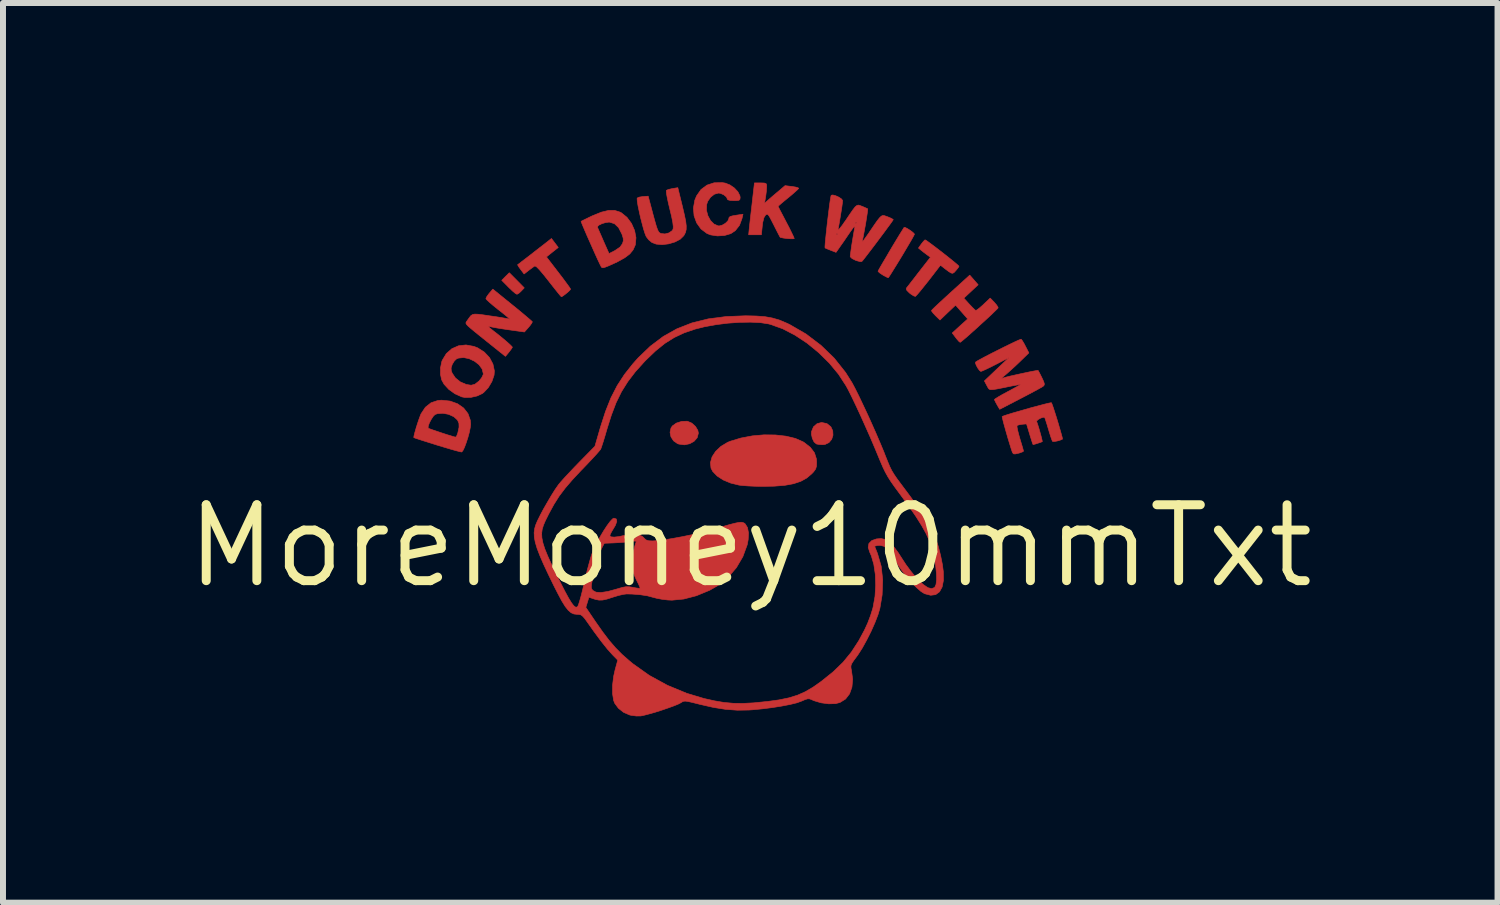
<source format=kicad_pcb>
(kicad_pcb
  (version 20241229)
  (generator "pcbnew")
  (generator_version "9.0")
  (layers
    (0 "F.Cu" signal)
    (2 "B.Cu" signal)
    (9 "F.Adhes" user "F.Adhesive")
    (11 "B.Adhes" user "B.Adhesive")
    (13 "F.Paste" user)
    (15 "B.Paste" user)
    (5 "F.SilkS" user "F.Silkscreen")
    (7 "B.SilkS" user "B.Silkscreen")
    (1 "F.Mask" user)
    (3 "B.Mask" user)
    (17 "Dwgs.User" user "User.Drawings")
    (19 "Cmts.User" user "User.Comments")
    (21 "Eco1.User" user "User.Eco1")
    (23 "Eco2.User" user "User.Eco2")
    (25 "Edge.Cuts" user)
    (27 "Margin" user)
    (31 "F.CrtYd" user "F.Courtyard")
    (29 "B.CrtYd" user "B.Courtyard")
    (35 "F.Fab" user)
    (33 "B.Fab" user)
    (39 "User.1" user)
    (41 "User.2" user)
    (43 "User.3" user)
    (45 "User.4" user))
  (footprint "MoreMoney10mmTxt"
    (layer "F.Cu")
    (at 9.502 6.085)
    (property "Reference" "MoreMoney10mmTxt" (at 0 0 0) (layer "F.SilkS") (effects (font (size 1.27 1.27) (thickness 0.15))))
    (attr through_hole)
    (fp_poly (pts (xy -3.906 -4.446) (xy -3.781 -4.319) (xy -3.831 -4.266) (xy -3.871 -4.229) (xy -3.902 -4.212) (xy -3.904 -4.212) (xy -3.93 -4.226) (xy -3.975 -4.264) (xy -4.031 -4.317) (xy -4.043 -4.329) (xy -4.158 -4.445) (xy -4.095 -4.509) (xy -4.031 -4.572) (xy -3.906 -4.446)) (stroke (width 0.01) (type solid)) (fill yes) (layer "F.Cu"))
    (fp_poly (pts (xy -1.048 -2.086) (xy -0.978 -2.056) (xy -0.917 -2.001) (xy -0.877 -1.935) (xy -0.868 -1.888) (xy -0.888 -1.812) (xy -0.94 -1.752) (xy -1.014 -1.711) (xy -1.101 -1.693) (xy -1.193 -1.705) (xy -1.217 -1.713) (xy -1.284 -1.76) (xy -1.327 -1.827) (xy -1.342 -1.902) (xy -1.326 -1.975) (xy -1.303 -2.009) (xy -1.236 -2.057) (xy -1.147 -2.085) (xy -1.057 -2.088) (xy -1.048 -2.086)) (stroke (width 0.01) (type solid)) (fill yes) (layer "F.Cu"))
    (fp_poly (pts (xy 1.276 -2.05) (xy 1.287 -2.045) (xy 1.349 -1.994) (xy 1.38 -1.927) (xy 1.384 -1.854) (xy 1.362 -1.785) (xy 1.316 -1.73) (xy 1.25 -1.699) (xy 1.208 -1.695) (xy 1.15 -1.699) (xy 1.108 -1.707) (xy 1.106 -1.708) (xy 1.067 -1.742) (xy 1.038 -1.802) (xy 1.023 -1.871) (xy 1.025 -1.915) (xy 1.058 -1.995) (xy 1.118 -2.047) (xy 1.193 -2.067) (xy 1.276 -2.05)) (stroke (width 0.01) (type solid)) (fill yes) (layer "F.Cu"))
    (fp_poly (pts (xy 2.595 -5.328) (xy 2.635 -5.307) (xy 2.683 -5.276) (xy 2.724 -5.244) (xy 2.746 -5.22) (xy 2.747 -5.216) (xy 2.734 -5.19) (xy 2.704 -5.135) (xy 2.66 -5.06) (xy 2.607 -4.97) (xy 2.549 -4.872) (xy 2.489 -4.773) (xy 2.431 -4.679) (xy 2.38 -4.597) (xy 2.34 -4.533) (xy 2.315 -4.496) (xy 2.308 -4.488) (xy 2.284 -4.498) (xy 2.238 -4.522) (xy 2.217 -4.534) (xy 2.169 -4.566) (xy 2.141 -4.591) (xy 2.138 -4.597) (xy 2.148 -4.618) (xy 2.176 -4.668) (xy 2.218 -4.74) (xy 2.271 -4.829) (xy 2.328 -4.927) (xy 2.388 -5.028) (xy 2.446 -5.124) (xy 2.498 -5.21) (xy 2.54 -5.277) (xy 2.567 -5.321) (xy 2.574 -5.33) (xy 2.595 -5.328)) (stroke (width 0.01) (type solid)) (fill yes) (layer "F.Cu"))
    (fp_poly (pts (xy 0.42 -1.858) (xy 0.598 -1.838) (xy 0.755 -1.8) (xy 0.882 -1.744) (xy 0.895 -1.737) (xy 1.004 -1.652) (xy 1.074 -1.56) (xy 1.107 -1.456) (xy 1.11 -1.406) (xy 1.108 -1.337) (xy 1.094 -1.289) (xy 1.061 -1.243) (xy 1.029 -1.209) (xy 0.944 -1.137) (xy 0.844 -1.082) (xy 0.723 -1.042) (xy 0.576 -1.015) (xy 0.398 -1.001) (xy 0.191 -0.998) (xy 0.076 -1) (xy -0.035 -1.005) (xy -0.129 -1.012) (xy -0.188 -1.019) (xy -0.327 -1.053) (xy -0.452 -1.105) (xy -0.554 -1.171) (xy -0.627 -1.246) (xy -0.657 -1.303) (xy -0.666 -1.396) (xy -0.639 -1.492) (xy -0.579 -1.584) (xy -0.491 -1.667) (xy -0.38 -1.734) (xy -0.334 -1.753) (xy -0.155 -1.807) (xy 0.036 -1.843) (xy 0.23 -1.86) (xy 0.42 -1.858)) (stroke (width 0.01) (type solid)) (fill yes) (layer "F.Cu"))
    (fp_poly (pts (xy -3.269 -5.07) (xy -3.212 -4.995) (xy -3.262 -4.955) (xy -3.318 -4.911) (xy -3.361 -4.876) (xy -3.41 -4.837) (xy -3.208 -4.574) (xy -3.139 -4.484) (xy -3.08 -4.404) (xy -3.035 -4.343) (xy -3.01 -4.305) (xy -3.006 -4.296) (xy -3.021 -4.277) (xy -3.057 -4.243) (xy -3.102 -4.207) (xy -3.141 -4.179) (xy -3.16 -4.17) (xy -3.176 -4.186) (xy -3.212 -4.23) (xy -3.265 -4.296) (xy -3.33 -4.378) (xy -3.374 -4.435) (xy -3.46 -4.543) (xy -3.528 -4.623) (xy -3.576 -4.671) (xy -3.603 -4.686) (xy -3.605 -4.685) (xy -3.636 -4.664) (xy -3.685 -4.628) (xy -3.707 -4.611) (xy -3.784 -4.551) (xy -3.841 -4.626) (xy -3.874 -4.672) (xy -3.891 -4.702) (xy -3.892 -4.707) (xy -3.869 -4.723) (xy -3.822 -4.76) (xy -3.755 -4.811) (xy -3.678 -4.87) (xy -3.598 -4.933) (xy -3.522 -4.992) (xy -3.462 -5.038) (xy -3.326 -5.145) (xy -3.269 -5.07)) (stroke (width 0.01) (type solid)) (fill yes) (layer "F.Cu"))
    (fp_poly (pts (xy 2.948 -5.11) (xy 2.995 -5.076) (xy 3.061 -5.027) (xy 3.14 -4.967) (xy 3.224 -4.902) (xy 3.307 -4.837) (xy 3.382 -4.776) (xy 3.442 -4.727) (xy 3.481 -4.693) (xy 3.492 -4.68) (xy 3.479 -4.657) (xy 3.447 -4.617) (xy 3.438 -4.607) (xy 3.411 -4.577) (xy 3.388 -4.563) (xy 3.361 -4.567) (xy 3.32 -4.592) (xy 3.257 -4.639) (xy 3.237 -4.655) (xy 3.182 -4.698) (xy 2.983 -4.44) (xy 2.912 -4.351) (xy 2.85 -4.274) (xy 2.801 -4.216) (xy 2.769 -4.182) (xy 2.762 -4.176) (xy 2.734 -4.185) (xy 2.688 -4.214) (xy 2.667 -4.23) (xy 2.622 -4.273) (xy 2.609 -4.302) (xy 2.617 -4.321) (xy 2.638 -4.347) (xy 2.679 -4.4) (xy 2.736 -4.473) (xy 2.802 -4.559) (xy 2.827 -4.591) (xy 3.014 -4.831) (xy 2.958 -4.872) (xy 2.903 -4.913) (xy 2.859 -4.948) (xy 2.814 -4.985) (xy 2.862 -5.053) (xy 2.897 -5.097) (xy 2.922 -5.121) (xy 2.926 -5.122) (xy 2.948 -5.11)) (stroke (width 0.01) (type solid)) (fill yes) (layer "F.Cu"))
    (fp_poly (pts (xy 3.743 -4.451) (xy 3.813 -4.371) (xy 3.573 -4.147) (xy 3.664 -4.047) (xy 3.714 -3.994) (xy 3.753 -3.956) (xy 3.772 -3.941) (xy 3.794 -3.951) (xy 3.837 -3.984) (xy 3.893 -4.033) (xy 3.901 -4.041) (xy 4.014 -4.148) (xy 4.084 -4.076) (xy 4.123 -4.03) (xy 4.145 -3.994) (xy 4.146 -3.983) (xy 4.128 -3.963) (xy 4.085 -3.921) (xy 4.023 -3.861) (xy 3.946 -3.79) (xy 3.861 -3.713) (xy 3.775 -3.634) (xy 3.691 -3.559) (xy 3.618 -3.494) (xy 3.559 -3.444) (xy 3.522 -3.414) (xy 3.511 -3.408) (xy 3.491 -3.423) (xy 3.457 -3.462) (xy 3.438 -3.486) (xy 3.379 -3.564) (xy 3.508 -3.682) (xy 3.638 -3.799) (xy 3.536 -3.915) (xy 3.435 -4.03) (xy 3.304 -3.906) (xy 3.174 -3.781) (xy 3.1 -3.853) (xy 3.058 -3.898) (xy 3.034 -3.931) (xy 3.032 -3.94) (xy 3.049 -3.959) (xy 3.092 -4.001) (xy 3.157 -4.062) (xy 3.239 -4.138) (xy 3.334 -4.225) (xy 3.355 -4.244) (xy 3.672 -4.532) (xy 3.743 -4.451)) (stroke (width 0.01) (type solid)) (fill yes) (layer "F.Cu"))
    (fp_poly (pts (xy -4.624 -3.34) (xy -4.56 -3.315) (xy -4.449 -3.244) (xy -4.362 -3.151) (xy -4.305 -3.044) (xy -4.281 -2.93) (xy -4.286 -2.859) (xy -4.322 -2.753) (xy -4.383 -2.65) (xy -4.46 -2.568) (xy -4.485 -2.55) (xy -4.571 -2.51) (xy -4.673 -2.487) (xy -4.772 -2.485) (xy -4.826 -2.495) (xy -4.941 -2.547) (xy -5.044 -2.621) (xy -5.123 -2.707) (xy -5.163 -2.78) (xy -5.183 -2.873) (xy -5.182 -2.979) (xy -5.005 -2.979) (xy -5.002 -2.931) (xy -4.987 -2.892) (xy -4.933 -2.812) (xy -4.851 -2.746) (xy -4.752 -2.703) (xy -4.67 -2.69) (xy -4.608 -2.706) (xy -4.539 -2.759) (xy -4.538 -2.76) (xy -4.493 -2.816) (xy -4.468 -2.868) (xy -4.466 -2.882) (xy -4.486 -2.961) (xy -4.538 -3.033) (xy -4.614 -3.092) (xy -4.703 -3.134) (xy -4.795 -3.153) (xy -4.882 -3.144) (xy -4.914 -3.131) (xy -4.951 -3.096) (xy -4.984 -3.042) (xy -4.987 -3.036) (xy -5.005 -2.979) (xy -5.182 -2.979) (xy -5.182 -2.982) (xy -5.161 -3.085) (xy -5.153 -3.107) (xy -5.085 -3.219) (xy -4.992 -3.301) (xy -4.881 -3.35) (xy -4.756 -3.364) (xy -4.624 -3.34)) (stroke (width 0.01) (type solid)) (fill yes) (layer "F.Cu"))
    (fp_poly (pts (xy -0.419 -6.072) (xy -0.34 -6.041) (xy -0.265 -5.989) (xy -0.206 -5.925) (xy -0.173 -5.859) (xy -0.169 -5.831) (xy -0.173 -5.8) (xy -0.19 -5.784) (xy -0.233 -5.779) (xy -0.275 -5.779) (xy -0.336 -5.782) (xy -0.374 -5.792) (xy -0.381 -5.8) (xy -0.399 -5.84) (xy -0.444 -5.877) (xy -0.501 -5.901) (xy -0.531 -5.905) (xy -0.6 -5.886) (xy -0.664 -5.836) (xy -0.713 -5.765) (xy -0.73 -5.711) (xy -0.733 -5.617) (xy -0.709 -5.526) (xy -0.665 -5.445) (xy -0.606 -5.386) (xy -0.539 -5.357) (xy -0.52 -5.355) (xy -0.47 -5.368) (xy -0.416 -5.399) (xy -0.375 -5.439) (xy -0.36 -5.472) (xy -0.355 -5.496) (xy -0.336 -5.513) (xy -0.291 -5.525) (xy -0.225 -5.536) (xy -0.122 -5.551) (xy -0.138 -5.48) (xy -0.18 -5.366) (xy -0.25 -5.277) (xy -0.326 -5.226) (xy -0.432 -5.195) (xy -0.55 -5.188) (xy -0.662 -5.205) (xy -0.724 -5.229) (xy -0.824 -5.304) (xy -0.897 -5.406) (xy -0.94 -5.525) (xy -0.951 -5.654) (xy -0.928 -5.785) (xy -0.898 -5.858) (xy -0.824 -5.964) (xy -0.724 -6.038) (xy -0.605 -6.077) (xy -0.47 -6.08) (xy -0.419 -6.072)) (stroke (width 0.01) (type solid)) (fill yes) (layer "F.Cu"))
    (fp_poly (pts (xy -1.133 -5.673) (xy -1.101 -5.536) (xy -1.08 -5.432) (xy -1.071 -5.355) (xy -1.072 -5.296) (xy -1.083 -5.248) (xy -1.105 -5.204) (xy -1.113 -5.191) (xy -1.173 -5.132) (xy -1.262 -5.086) (xy -1.367 -5.055) (xy -1.475 -5.042) (xy -1.574 -5.051) (xy -1.645 -5.078) (xy -1.699 -5.123) (xy -1.74 -5.176) (xy -1.742 -5.18) (xy -1.762 -5.23) (xy -1.786 -5.306) (xy -1.811 -5.4) (xy -1.837 -5.501) (xy -1.859 -5.601) (xy -1.878 -5.692) (xy -1.89 -5.765) (xy -1.893 -5.811) (xy -1.891 -5.822) (xy -1.858 -5.837) (xy -1.802 -5.846) (xy -1.789 -5.847) (xy -1.708 -5.853) (xy -1.657 -5.662) (xy -1.62 -5.522) (xy -1.591 -5.418) (xy -1.569 -5.343) (xy -1.551 -5.293) (xy -1.536 -5.262) (xy -1.522 -5.244) (xy -1.506 -5.234) (xy -1.492 -5.228) (xy -1.427 -5.221) (xy -1.359 -5.239) (xy -1.307 -5.276) (xy -1.291 -5.302) (xy -1.288 -5.342) (xy -1.296 -5.413) (xy -1.317 -5.518) (xy -1.347 -5.641) (xy -1.372 -5.747) (xy -1.391 -5.838) (xy -1.403 -5.907) (xy -1.405 -5.945) (xy -1.403 -5.95) (xy -1.373 -5.964) (xy -1.319 -5.977) (xy -1.299 -5.981) (xy -1.212 -5.995) (xy -1.133 -5.673)) (stroke (width 0.01) (type solid)) (fill yes) (layer "F.Cu"))
    (fp_poly (pts (xy -2.268 -5.615) (xy -2.178 -5.586) (xy -2.158 -5.576) (xy -2.063 -5.499) (xy -1.987 -5.397) (xy -1.935 -5.279) (xy -1.912 -5.158) (xy -1.922 -5.043) (xy -1.925 -5.033) (xy -1.96 -4.955) (xy -2.016 -4.886) (xy -2.101 -4.822) (xy -2.22 -4.756) (xy -2.282 -4.727) (xy -2.371 -4.687) (xy -2.429 -4.664) (xy -2.465 -4.655) (xy -2.484 -4.66) (xy -2.495 -4.674) (xy -2.518 -4.72) (xy -2.552 -4.792) (xy -2.593 -4.882) (xy -2.638 -4.983) (xy -2.685 -5.089) (xy -2.731 -5.192) (xy -2.771 -5.285) (xy -2.792 -5.335) (xy -2.557 -5.335) (xy -2.546 -5.309) (xy -2.522 -5.254) (xy -2.488 -5.177) (xy -2.457 -5.105) (xy -2.363 -4.893) (xy -2.264 -4.943) (xy -2.179 -5.001) (xy -2.138 -5.058) (xy -2.124 -5.105) (xy -2.126 -5.151) (xy -2.146 -5.215) (xy -2.149 -5.222) (xy -2.203 -5.327) (xy -2.271 -5.392) (xy -2.352 -5.418) (xy -2.364 -5.419) (xy -2.422 -5.411) (xy -2.482 -5.393) (xy -2.531 -5.369) (xy -2.557 -5.344) (xy -2.557 -5.335) (xy -2.792 -5.335) (xy -2.803 -5.36) (xy -2.824 -5.412) (xy -2.83 -5.432) (xy -2.83 -5.432) (xy -2.809 -5.443) (xy -2.759 -5.468) (xy -2.687 -5.503) (xy -2.634 -5.528) (xy -2.49 -5.586) (xy -2.37 -5.615) (xy -2.268 -5.615)) (stroke (width 0.01) (type solid)) (fill yes) (layer "F.Cu"))
    (fp_poly (pts (xy 0.234 -6.073) (xy 0.264 -6.064) (xy 0.274 -6.04) (xy 0.274 -6.006) (xy 0.27 -5.942) (xy 0.26 -5.863) (xy 0.256 -5.836) (xy 0.239 -5.735) (xy 0.284 -5.774) (xy 0.321 -5.807) (xy 0.379 -5.857) (xy 0.446 -5.914) (xy 0.455 -5.921) (xy 0.582 -6.029) (xy 0.699 -6.015) (xy 0.761 -6.005) (xy 0.802 -5.992) (xy 0.81 -5.984) (xy 0.793 -5.964) (xy 0.75 -5.925) (xy 0.688 -5.871) (xy 0.636 -5.828) (xy 0.565 -5.77) (xy 0.509 -5.723) (xy 0.474 -5.692) (xy 0.466 -5.684) (xy 0.475 -5.664) (xy 0.5 -5.614) (xy 0.539 -5.54) (xy 0.586 -5.45) (xy 0.603 -5.417) (xy 0.653 -5.322) (xy 0.693 -5.24) (xy 0.722 -5.18) (xy 0.735 -5.147) (xy 0.736 -5.144) (xy 0.713 -5.14) (xy 0.662 -5.141) (xy 0.62 -5.144) (xy 0.557 -5.152) (xy 0.513 -5.161) (xy 0.501 -5.165) (xy 0.488 -5.187) (xy 0.461 -5.239) (xy 0.424 -5.311) (xy 0.393 -5.373) (xy 0.348 -5.461) (xy 0.318 -5.516) (xy 0.296 -5.545) (xy 0.279 -5.551) (xy 0.262 -5.542) (xy 0.255 -5.536) (xy 0.228 -5.492) (xy 0.209 -5.415) (xy 0.201 -5.354) (xy 0.186 -5.207) (xy -0.027 -5.207) (xy -0.014 -5.339) (xy -0.006 -5.41) (xy 0.005 -5.511) (xy 0.019 -5.629) (xy 0.033 -5.751) (xy 0.035 -5.773) (xy 0.07 -6.075) (xy 0.173 -6.075) (xy 0.234 -6.073)) (stroke (width 0.01) (type solid)) (fill yes) (layer "F.Cu"))
    (fp_poly (pts (xy -5.022 -2.425) (xy -4.897 -2.38) (xy -4.796 -2.309) (xy -4.723 -2.216) (xy -4.684 -2.106) (xy -4.678 -2.038) (xy -4.685 -1.978) (xy -4.701 -1.899) (xy -4.725 -1.812) (xy -4.753 -1.726) (xy -4.781 -1.651) (xy -4.807 -1.597) (xy -4.827 -1.573) (xy -4.828 -1.573) (xy -4.857 -1.578) (xy -4.919 -1.594) (xy -5.008 -1.619) (xy -5.116 -1.651) (xy -5.238 -1.688) (xy -5.239 -1.688) (xy -5.359 -1.726) (xy -5.464 -1.759) (xy -5.548 -1.786) (xy -5.605 -1.805) (xy -5.629 -1.814) (xy -5.629 -1.814) (xy -5.627 -1.836) (xy -5.615 -1.888) (xy -5.595 -1.958) (xy -5.59 -1.976) (xy -5.389 -1.976) (xy -5.387 -1.972) (xy -5.364 -1.961) (xy -5.31 -1.942) (xy -5.236 -1.917) (xy -5.153 -1.889) (xy -5.07 -1.862) (xy -4.997 -1.84) (xy -4.946 -1.825) (xy -4.928 -1.822) (xy -4.913 -1.839) (xy -4.895 -1.884) (xy -4.891 -1.9) (xy -4.872 -1.988) (xy -4.874 -2.053) (xy -4.897 -2.105) (xy -4.899 -2.109) (xy -4.961 -2.164) (xy -5.046 -2.203) (xy -5.142 -2.221) (xy -5.231 -2.215) (xy -5.274 -2.2) (xy -5.304 -2.17) (xy -5.337 -2.12) (xy -5.367 -2.063) (xy -5.387 -2.01) (xy -5.389 -1.976) (xy -5.59 -1.976) (xy -5.571 -2.037) (xy -5.545 -2.115) (xy -5.521 -2.18) (xy -5.508 -2.212) (xy -5.435 -2.322) (xy -5.34 -2.397) (xy -5.226 -2.435) (xy -5.166 -2.44) (xy -5.022 -2.425)) (stroke (width 0.01) (type solid)) (fill yes) (layer "F.Cu"))
    (fp_poly (pts (xy -3.979 -4.032) (xy -3.879 -3.951) (xy -3.79 -3.877) (xy -3.719 -3.817) (xy -3.669 -3.774) (xy -3.647 -3.753) (xy -3.646 -3.751) (xy -3.656 -3.728) (xy -3.687 -3.685) (xy -3.71 -3.658) (xy -3.778 -3.581) (xy -4.043 -3.618) (xy -4.15 -3.634) (xy -4.244 -3.649) (xy -4.318 -3.663) (xy -4.36 -3.672) (xy -4.361 -3.672) (xy -4.378 -3.672) (xy -4.36 -3.65) (xy -4.307 -3.607) (xy -4.221 -3.54) (xy -4.139 -3.473) (xy -4.068 -3.413) (xy -4.014 -3.364) (xy -3.984 -3.333) (xy -3.98 -3.326) (xy -3.993 -3.303) (xy -4.024 -3.261) (xy -4.038 -3.243) (xy -4.096 -3.173) (xy -4.403 -3.419) (xy -4.523 -3.515) (xy -4.614 -3.589) (xy -4.679 -3.643) (xy -4.722 -3.681) (xy -4.747 -3.708) (xy -4.757 -3.727) (xy -4.755 -3.742) (xy -4.746 -3.757) (xy -4.735 -3.772) (xy -4.701 -3.82) (xy -4.675 -3.853) (xy -4.647 -3.872) (xy -4.609 -3.88) (xy -4.554 -3.878) (xy -4.472 -3.868) (xy -4.359 -3.851) (xy -4.252 -3.836) (xy -4.16 -3.821) (xy -4.09 -3.809) (xy -4.052 -3.801) (xy -4.048 -3.8) (xy -4.029 -3.794) (xy -4.028 -3.8) (xy -4.048 -3.82) (xy -4.092 -3.857) (xy -4.165 -3.916) (xy -4.222 -3.96) (xy -4.3 -4.023) (xy -4.363 -4.077) (xy -4.407 -4.118) (xy -4.423 -4.139) (xy -4.423 -4.139) (xy -4.411 -4.167) (xy -4.379 -4.213) (xy -4.366 -4.229) (xy -4.307 -4.298) (xy -3.979 -4.032)) (stroke (width 0.01) (type solid)) (fill yes) (layer "F.Cu"))
    (fp_poly (pts (xy 4.552 -3.435) (xy 4.582 -3.385) (xy 4.606 -3.339) (xy 4.661 -3.231) (xy 4.506 -3.08) (xy 4.429 -3.007) (xy 4.352 -2.937) (xy 4.289 -2.881) (xy 4.265 -2.861) (xy 4.22 -2.823) (xy 4.206 -2.806) (xy 4.223 -2.808) (xy 4.237 -2.813) (xy 4.277 -2.825) (xy 4.344 -2.842) (xy 4.429 -2.861) (xy 4.524 -2.882) (xy 4.618 -2.902) (xy 4.703 -2.92) (xy 4.77 -2.932) (xy 4.809 -2.938) (xy 4.816 -2.937) (xy 4.827 -2.917) (xy 4.852 -2.87) (xy 4.878 -2.818) (xy 4.909 -2.751) (xy 4.921 -2.71) (xy 4.914 -2.686) (xy 4.907 -2.678) (xy 4.88 -2.66) (xy 4.822 -2.627) (xy 4.739 -2.582) (xy 4.637 -2.528) (xy 4.526 -2.47) (xy 4.173 -2.287) (xy 4.129 -2.362) (xy 4.102 -2.412) (xy 4.086 -2.446) (xy 4.085 -2.451) (xy 4.103 -2.466) (xy 4.151 -2.496) (xy 4.222 -2.537) (xy 4.306 -2.582) (xy 4.391 -2.628) (xy 4.461 -2.666) (xy 4.507 -2.692) (xy 4.523 -2.702) (xy 4.502 -2.7) (xy 4.449 -2.691) (xy 4.373 -2.677) (xy 4.328 -2.668) (xy 4.206 -2.643) (xy 4.118 -2.626) (xy 4.058 -2.617) (xy 4.02 -2.616) (xy 3.997 -2.624) (xy 3.982 -2.64) (xy 3.968 -2.666) (xy 3.959 -2.683) (xy 3.917 -2.762) (xy 4.123 -2.958) (xy 4.329 -3.153) (xy 4.106 -3.037) (xy 4.017 -2.992) (xy 3.94 -2.955) (xy 3.884 -2.93) (xy 3.857 -2.921) (xy 3.835 -2.938) (xy 3.807 -2.976) (xy 3.781 -3.023) (xy 3.767 -3.062) (xy 3.769 -3.077) (xy 3.798 -3.096) (xy 3.855 -3.128) (xy 3.935 -3.171) (xy 4.03 -3.22) (xy 4.133 -3.272) (xy 4.237 -3.324) (xy 4.335 -3.372) (xy 4.42 -3.413) (xy 4.486 -3.443) (xy 4.524 -3.458) (xy 4.532 -3.46) (xy 4.552 -3.435)) (stroke (width 0.01) (type solid)) (fill yes) (layer "F.Cu"))
    (fp_poly (pts (xy 5.049 -2.373) (xy 5.069 -2.317) (xy 5.094 -2.24) (xy 5.123 -2.149) (xy 5.152 -2.053) (xy 5.179 -1.96) (xy 5.202 -1.88) (xy 5.218 -1.821) (xy 5.224 -1.791) (xy 5.224 -1.789) (xy 5.19 -1.773) (xy 5.139 -1.758) (xy 5.09 -1.749) (xy 5.059 -1.75) (xy 5.057 -1.751) (xy 5.045 -1.778) (xy 5.025 -1.835) (xy 5.001 -1.912) (xy 4.988 -1.956) (xy 4.963 -2.039) (xy 4.942 -2.105) (xy 4.928 -2.145) (xy 4.925 -2.152) (xy 4.899 -2.154) (xy 4.857 -2.139) (xy 4.816 -2.116) (xy 4.792 -2.093) (xy 4.791 -2.085) (xy 4.807 -2.038) (xy 4.828 -1.972) (xy 4.849 -1.898) (xy 4.868 -1.829) (xy 4.881 -1.775) (xy 4.886 -1.748) (xy 4.886 -1.747) (xy 4.861 -1.736) (xy 4.816 -1.721) (xy 4.769 -1.706) (xy 4.735 -1.698) (xy 4.73 -1.699) (xy 4.722 -1.72) (xy 4.705 -1.772) (xy 4.682 -1.845) (xy 4.674 -1.873) (xy 4.622 -2.043) (xy 4.55 -2.037) (xy 4.497 -2.028) (xy 4.465 -2.017) (xy 4.463 -2.015) (xy 4.463 -1.99) (xy 4.474 -1.934) (xy 4.494 -1.856) (xy 4.51 -1.799) (xy 4.536 -1.713) (xy 4.557 -1.643) (xy 4.569 -1.598) (xy 4.572 -1.587) (xy 4.554 -1.575) (xy 4.508 -1.558) (xy 4.486 -1.552) (xy 4.431 -1.54) (xy 4.402 -1.543) (xy 4.387 -1.565) (xy 4.383 -1.574) (xy 4.365 -1.628) (xy 4.341 -1.705) (xy 4.313 -1.796) (xy 4.285 -1.893) (xy 4.259 -1.986) (xy 4.236 -2.068) (xy 4.221 -2.13) (xy 4.214 -2.163) (xy 4.214 -2.166) (xy 4.242 -2.178) (xy 4.302 -2.198) (xy 4.386 -2.224) (xy 4.487 -2.253) (xy 4.598 -2.285) (xy 4.71 -2.317) (xy 4.817 -2.345) (xy 4.91 -2.37) (xy 4.983 -2.388) (xy 5.028 -2.397) (xy 5.039 -2.397) (xy 5.049 -2.373)) (stroke (width 0.01) (type solid)) (fill yes) (layer "F.Cu"))
    (fp_poly (pts (xy 1.43 -5.86) (xy 1.483 -5.836) (xy 1.526 -5.807) (xy 1.545 -5.781) (xy 1.545 -5.781) (xy 1.542 -5.745) (xy 1.533 -5.679) (xy 1.52 -5.594) (xy 1.505 -5.501) (xy 1.49 -5.411) (xy 1.477 -5.337) (xy 1.467 -5.292) (xy 1.473 -5.287) (xy 1.498 -5.314) (xy 1.539 -5.366) (xy 1.568 -5.408) (xy 1.757 -5.408) (xy 1.767 -5.397) (xy 1.778 -5.408) (xy 1.767 -5.419) (xy 1.757 -5.408) (xy 1.568 -5.408) (xy 1.591 -5.44) (xy 1.598 -5.45) (xy 1.667 -5.553) (xy 1.717 -5.625) (xy 1.753 -5.672) (xy 1.782 -5.696) (xy 1.806 -5.704) (xy 1.833 -5.698) (xy 1.868 -5.684) (xy 1.875 -5.682) (xy 1.927 -5.659) (xy 1.96 -5.644) (xy 1.964 -5.641) (xy 1.964 -5.619) (xy 1.957 -5.565) (xy 1.945 -5.488) (xy 1.931 -5.398) (xy 1.914 -5.305) (xy 1.898 -5.218) (xy 1.884 -5.146) (xy 1.873 -5.099) (xy 1.87 -5.09) (xy 1.875 -5.09) (xy 1.9 -5.12) (xy 1.94 -5.175) (xy 1.993 -5.25) (xy 1.999 -5.26) (xy 2.071 -5.366) (xy 2.124 -5.442) (xy 2.163 -5.491) (xy 2.192 -5.519) (xy 2.218 -5.53) (xy 2.245 -5.527) (xy 2.278 -5.515) (xy 2.298 -5.508) (xy 2.353 -5.485) (xy 2.387 -5.466) (xy 2.392 -5.46) (xy 2.38 -5.441) (xy 2.347 -5.394) (xy 2.297 -5.326) (xy 2.236 -5.243) (xy 2.167 -5.151) (xy 2.096 -5.056) (xy 2.027 -4.965) (xy 1.965 -4.884) (xy 1.914 -4.818) (xy 1.879 -4.774) (xy 1.866 -4.76) (xy 1.84 -4.758) (xy 1.789 -4.771) (xy 1.762 -4.78) (xy 1.705 -4.808) (xy 1.674 -4.838) (xy 1.672 -4.846) (xy 1.676 -4.881) (xy 1.685 -4.946) (xy 1.697 -5.03) (xy 1.712 -5.123) (xy 1.727 -5.212) (xy 1.74 -5.287) (xy 1.749 -5.334) (xy 1.748 -5.351) (xy 1.727 -5.332) (xy 1.687 -5.276) (xy 1.684 -5.273) (xy 1.628 -5.191) (xy 1.565 -5.098) (xy 1.521 -5.036) (xy 1.435 -4.913) (xy 1.347 -4.947) (xy 1.292 -4.969) (xy 1.257 -4.984) (xy 1.251 -4.988) (xy 1.25 -5.01) (xy 1.254 -5.067) (xy 1.262 -5.15) (xy 1.269 -5.218) (xy 1.439 -5.218) (xy 1.45 -5.207) (xy 1.46 -5.218) (xy 1.45 -5.228) (xy 1.439 -5.218) (xy 1.269 -5.218) (xy 1.273 -5.253) (xy 1.285 -5.367) (xy 1.299 -5.485) (xy 1.313 -5.6) (xy 1.326 -5.703) (xy 1.338 -5.787) (xy 1.348 -5.845) (xy 1.354 -5.868) (xy 1.382 -5.873) (xy 1.43 -5.86)) (stroke (width 0.01) (type solid)) (fill yes) (layer "F.Cu"))
    (fp_poly (pts (xy 0.1 -3.848) (xy 0.246 -3.837) (xy 0.372 -3.814) (xy 0.489 -3.78) (xy 0.607 -3.73) (xy 0.658 -3.706) (xy 0.933 -3.547) (xy 1.183 -3.357) (xy 1.405 -3.142) (xy 1.595 -2.903) (xy 1.703 -2.731) (xy 1.753 -2.637) (xy 1.815 -2.513) (xy 1.885 -2.366) (xy 1.961 -2.204) (xy 2.037 -2.036) (xy 2.111 -1.869) (xy 2.178 -1.712) (xy 2.236 -1.573) (xy 2.259 -1.513) (xy 2.301 -1.408) (xy 2.335 -1.327) (xy 2.369 -1.259) (xy 2.408 -1.195) (xy 2.458 -1.122) (xy 2.526 -1.031) (xy 2.559 -0.987) (xy 2.688 -0.814) (xy 2.806 -0.647) (xy 2.909 -0.492) (xy 2.993 -0.357) (xy 3.049 -0.256) (xy 3.097 -0.142) (xy 3.144 0.001) (xy 3.184 0.157) (xy 3.215 0.313) (xy 3.23 0.43) (xy 3.232 0.573) (xy 3.21 0.686) (xy 3.166 0.766) (xy 3.102 0.813) (xy 3.019 0.824) (xy 2.918 0.798) (xy 2.915 0.797) (xy 2.855 0.759) (xy 2.78 0.693) (xy 2.696 0.607) (xy 2.61 0.508) (xy 2.531 0.403) (xy 2.487 0.338) (xy 2.414 0.224) (xy 2.36 0.142) (xy 2.32 0.084) (xy 2.289 0.046) (xy 2.264 0.022) (xy 2.24 0.007) (xy 2.231 0.003) (xy 2.173 -0.011) (xy 2.129 -0.009) (xy 2.08 0.003) (xy 2.128 0.123) (xy 2.19 0.336) (xy 2.216 0.568) (xy 2.206 0.819) (xy 2.169 1.04) (xy 2.137 1.149) (xy 2.086 1.281) (xy 2.022 1.426) (xy 1.949 1.571) (xy 1.874 1.707) (xy 1.801 1.821) (xy 1.779 1.851) (xy 1.727 1.921) (xy 1.697 1.968) (xy 1.684 2.005) (xy 1.685 2.042) (xy 1.693 2.081) (xy 1.713 2.229) (xy 1.701 2.361) (xy 1.661 2.473) (xy 1.594 2.56) (xy 1.502 2.617) (xy 1.427 2.637) (xy 1.312 2.64) (xy 1.184 2.623) (xy 1.067 2.588) (xy 1.035 2.574) (xy 0.996 2.558) (xy 0.961 2.556) (xy 0.915 2.57) (xy 0.86 2.594) (xy 0.78 2.623) (xy 0.666 2.651) (xy 0.526 2.678) (xy 0.369 2.703) (xy 0.203 2.724) (xy 0.036 2.74) (xy -0.021 2.744) (xy -0.214 2.747) (xy -0.41 2.733) (xy -0.618 2.7) (xy -0.851 2.647) (xy -0.862 2.644) (xy -0.966 2.618) (xy -1.036 2.602) (xy -1.083 2.595) (xy -1.114 2.597) (xy -1.138 2.607) (xy -1.161 2.622) (xy -1.205 2.645) (xy -1.279 2.675) (xy -1.376 2.71) (xy -1.484 2.747) (xy -1.594 2.782) (xy -1.697 2.811) (xy -1.782 2.833) (xy -1.831 2.843) (xy -1.905 2.844) (xy -1.989 2.833) (xy -2.017 2.827) (xy -2.119 2.783) (xy -2.206 2.714) (xy -2.268 2.63) (xy -2.286 2.583) (xy -2.304 2.469) (xy -2.304 2.33) (xy -2.286 2.182) (xy -2.262 2.074) (xy -2.217 1.909) (xy -2.307 1.817) (xy -2.39 1.724) (xy -2.493 1.595) (xy -2.614 1.432) (xy -2.717 1.286) (xy -2.768 1.215) (xy -2.805 1.173) (xy -2.836 1.151) (xy -2.871 1.144) (xy -2.899 1.143) (xy -2.951 1.137) (xy -2.998 1.116) (xy -3.045 1.075) (xy -3.096 1.011) (xy -3.153 0.919) (xy -3.219 0.795) (xy -3.278 0.68) (xy -3.378 0.475) (xy -3.459 0.302) (xy -3.521 0.158) (xy -3.567 0.038) (xy -3.597 -0.063) (xy -3.613 -0.149) (xy -3.615 -0.211) (xy -3.49 -0.211) (xy -3.486 -0.136) (xy -3.469 -0.051) (xy -3.437 0.049) (xy -3.388 0.169) (xy -3.322 0.314) (xy -3.237 0.488) (xy -3.177 0.609) (xy -3.102 0.756) (xy -3.041 0.868) (xy -2.993 0.947) (xy -2.955 0.997) (xy -2.926 1.021) (xy -2.901 1.022) (xy -2.888 1.013) (xy -2.874 0.983) (xy -2.854 0.92) (xy -2.829 0.83) (xy -2.802 0.722) (xy -2.796 0.696) (xy -2.659 0.696) (xy -2.652 0.718) (xy -2.639 0.737) (xy -2.634 0.743) (xy -2.581 0.772) (xy -2.497 0.778) (xy -2.381 0.76) (xy -2.231 0.719) (xy -2.228 0.718) (xy -2.143 0.693) (xy -2.08 0.681) (xy -2.024 0.682) (xy -1.963 0.692) (xy -1.9 0.703) (xy -1.856 0.708) (xy -1.844 0.707) (xy -1.848 0.686) (xy -1.869 0.638) (xy -1.9 0.577) (xy -1.937 0.495) (xy -1.967 0.411) (xy -1.978 0.36) (xy -1.98 0.283) (xy -1.971 0.184) (xy -1.952 0.079) (xy -1.927 -0.016) (xy -1.915 -0.051) (xy -1.908 -0.073) (xy -1.92 -0.083) (xy -1.957 -0.082) (xy -2.013 -0.074) (xy -2.095 -0.065) (xy -2.196 -0.057) (xy -2.285 -0.052) (xy -2.442 -0.046) (xy -2.49 0.046) (xy -2.513 0.101) (xy -2.542 0.187) (xy -2.573 0.292) (xy -2.602 0.404) (xy -2.606 0.418) (xy -2.633 0.53) (xy -2.65 0.609) (xy -2.659 0.662) (xy -2.659 0.696) (xy -2.796 0.696) (xy -2.783 0.638) (xy -2.753 0.507) (xy -2.72 0.377) (xy -2.688 0.259) (xy -2.661 0.164) (xy -2.649 0.13) (xy -2.613 0.043) (xy -2.566 -0.055) (xy -2.511 -0.156) (xy -2.453 -0.254) (xy -2.396 -0.341) (xy -2.345 -0.41) (xy -2.304 -0.454) (xy -2.281 -0.466) (xy -2.241 -0.452) (xy -2.233 -0.412) (xy -2.256 -0.347) (xy -2.284 -0.3) (xy -2.32 -0.24) (xy -2.344 -0.192) (xy -2.349 -0.173) (xy -2.331 -0.154) (xy -2.277 -0.149) (xy -2.196 -0.158) (xy -2.093 -0.181) (xy -2.089 -0.182) (xy -1.965 -0.203) (xy -1.869 -0.195) (xy -1.799 -0.156) (xy -1.781 -0.137) (xy -1.746 -0.103) (xy -1.7 -0.088) (xy -1.638 -0.085) (xy -1.551 -0.09) (xy -1.432 -0.105) (xy -1.29 -0.128) (xy -1.134 -0.157) (xy -0.974 -0.19) (xy -0.818 -0.226) (xy -0.675 -0.263) (xy -0.614 -0.281) (xy -0.463 -0.325) (xy -0.346 -0.359) (xy -0.259 -0.381) (xy -0.196 -0.394) (xy -0.152 -0.398) (xy -0.122 -0.393) (xy -0.099 -0.382) (xy -0.086 -0.372) (xy -0.047 -0.31) (xy -0.029 -0.218) (xy -0.035 -0.106) (xy -0.051 -0.021) (xy -0.124 0.178) (xy -0.232 0.362) (xy -0.372 0.525) (xy -0.539 0.66) (xy -0.679 0.74) (xy -0.902 0.832) (xy -1.113 0.887) (xy -1.309 0.906) (xy -1.378 0.903) (xy -1.472 0.892) (xy -1.563 0.875) (xy -1.632 0.857) (xy -1.721 0.833) (xy -1.839 0.815) (xy -1.973 0.804) (xy -2.071 0.802) (xy -2.125 0.809) (xy -2.203 0.827) (xy -2.289 0.853) (xy -2.298 0.856) (xy -2.398 0.888) (xy -2.471 0.904) (xy -2.531 0.905) (xy -2.591 0.893) (xy -2.625 0.882) (xy -2.699 0.857) (xy -2.725 0.942) (xy -2.751 1.027) (xy -2.59 1.265) (xy -2.47 1.436) (xy -2.362 1.578) (xy -2.257 1.7) (xy -2.148 1.811) (xy -2.026 1.918) (xy -1.966 1.968) (xy -1.69 2.164) (xy -1.387 2.33) (xy -1.063 2.464) (xy -0.774 2.551) (xy -0.599 2.59) (xy -0.44 2.617) (xy -0.285 2.631) (xy -0.124 2.633) (xy 0.055 2.624) (xy 0.262 2.603) (xy 0.286 2.601) (xy 0.482 2.574) (xy 0.646 2.54) (xy 0.789 2.496) (xy 0.92 2.438) (xy 1.05 2.362) (xy 1.189 2.264) (xy 1.195 2.259) (xy 1.39 2.102) (xy 1.553 1.944) (xy 1.692 1.774) (xy 1.816 1.583) (xy 1.913 1.402) (xy 1.965 1.289) (xy 2.012 1.165) (xy 2.048 1.05) (xy 2.055 1.022) (xy 2.087 0.843) (xy 2.098 0.657) (xy 2.092 0.475) (xy 2.067 0.307) (xy 2.025 0.162) (xy 2 0.106) (xy 1.973 0.023) (xy 1.985 -0.043) (xy 2.034 -0.092) (xy 2.112 -0.119) (xy 2.189 -0.125) (xy 2.259 -0.109) (xy 2.326 -0.067) (xy 2.396 0.005) (xy 2.474 0.11) (xy 2.538 0.209) (xy 2.605 0.312) (xy 2.683 0.417) (xy 2.759 0.511) (xy 2.799 0.555) (xy 2.894 0.644) (xy 2.972 0.697) (xy 3.034 0.713) (xy 3.083 0.694) (xy 3.087 0.689) (xy 3.108 0.643) (xy 3.117 0.565) (xy 3.115 0.462) (xy 3.103 0.342) (xy 3.082 0.214) (xy 3.052 0.085) (xy 3.016 -0.037) (xy 2.995 -0.092) (xy 2.941 -0.21) (xy 2.867 -0.343) (xy 2.77 -0.497) (xy 2.648 -0.673) (xy 2.509 -0.863) (xy 2.421 -0.982) (xy 2.354 -1.077) (xy 2.302 -1.159) (xy 2.258 -1.238) (xy 2.217 -1.323) (xy 2.173 -1.426) (xy 2.15 -1.481) (xy 2.082 -1.645) (xy 2.007 -1.821) (xy 1.927 -2.001) (xy 1.848 -2.177) (xy 1.772 -2.341) (xy 1.702 -2.488) (xy 1.642 -2.608) (xy 1.603 -2.68) (xy 1.477 -2.874) (xy 1.322 -3.061) (xy 1.144 -3.236) (xy 0.951 -3.394) (xy 0.748 -3.528) (xy 0.544 -3.634) (xy 0.344 -3.706) (xy 0.307 -3.716) (xy 0.172 -3.737) (xy 0.007 -3.745) (xy -0.18 -3.742) (xy -0.377 -3.728) (xy -0.576 -3.703) (xy -0.767 -3.668) (xy -0.923 -3.629) (xy -1.107 -3.566) (xy -1.273 -3.488) (xy -1.429 -3.39) (xy -1.584 -3.265) (xy -1.747 -3.109) (xy -1.77 -3.085) (xy -1.923 -2.915) (xy -2.049 -2.75) (xy -2.155 -2.581) (xy -2.245 -2.397) (xy -2.324 -2.189) (xy -2.395 -1.964) (xy -2.427 -1.854) (xy -2.457 -1.755) (xy -2.482 -1.678) (xy -2.499 -1.629) (xy -2.503 -1.619) (xy -2.525 -1.592) (xy -2.571 -1.539) (xy -2.637 -1.467) (xy -2.718 -1.381) (xy -2.809 -1.286) (xy -2.827 -1.268) (xy -2.974 -1.111) (xy -3.095 -0.97) (xy -3.197 -0.835) (xy -3.286 -0.694) (xy -3.371 -0.538) (xy -3.429 -0.421) (xy -3.46 -0.348) (xy -3.481 -0.28) (xy -3.49 -0.211) (xy -3.615 -0.211) (xy -3.616 -0.224) (xy -3.607 -0.292) (xy -3.591 -0.349) (xy -3.563 -0.416) (xy -3.517 -0.509) (xy -3.459 -0.619) (xy -3.393 -0.734) (xy -3.327 -0.846) (xy -3.265 -0.945) (xy -3.212 -1.021) (xy -3.2 -1.037) (xy -3.16 -1.084) (xy -3.097 -1.154) (xy -3.017 -1.239) (xy -2.928 -1.333) (xy -2.862 -1.401) (xy -2.599 -1.669) (xy -2.505 -1.993) (xy -2.421 -2.253) (xy -2.331 -2.479) (xy -2.227 -2.682) (xy -2.105 -2.87) (xy -1.96 -3.053) (xy -1.875 -3.148) (xy -1.672 -3.343) (xy -1.457 -3.505) (xy -1.227 -3.634) (xy -0.977 -3.732) (xy -0.704 -3.8) (xy -0.405 -3.839) (xy -0.077 -3.852) (xy 0.1 -3.848)) (stroke (width 0.01) (type solid)) (fill yes) (layer "F.Cu"))
    (fp_poly (pts (xy -4.008 -4.537) (xy -3.963 -4.499) (xy -3.906 -4.446) (xy -3.896 -4.436) (xy -3.783 -4.321) (xy -3.844 -4.267) (xy -3.887 -4.232) (xy -3.916 -4.214) (xy -3.919 -4.213) (xy -3.939 -4.227) (xy -3.978 -4.266) (xy -4.03 -4.322) (xy -4.04 -4.334) (xy -4.147 -4.455) (xy -4.102 -4.503) (xy -4.063 -4.537) (xy -4.033 -4.551) (xy -4.008 -4.537)) (stroke (width 0.01) (type solid)) (fill yes) (layer "F.Mask"))
    (fp_poly (pts (xy 1.602 2.116) (xy 1.607 2.172) (xy 1.609 2.239) (xy 1.599 2.353) (xy 1.57 2.441) (xy 1.525 2.498) (xy 1.504 2.51) (xy 1.424 2.534) (xy 1.339 2.546) (xy 1.291 2.546) (xy 1.222 2.534) (xy 1.156 2.516) (xy 1.104 2.497) (xy 1.08 2.481) (xy 1.079 2.478) (xy 1.096 2.457) (xy 1.137 2.424) (xy 1.163 2.406) (xy 1.216 2.368) (xy 1.29 2.312) (xy 1.372 2.248) (xy 1.414 2.214) (xy 1.485 2.158) (xy 1.544 2.116) (xy 1.584 2.092) (xy 1.596 2.09) (xy 1.602 2.116)) (stroke (width 0.01) (type solid)) (fill yes) (layer "F.Mask"))
    (fp_poly (pts (xy -2.032 2.046) (xy -1.839 2.187) (xy -1.633 2.316) (xy -1.426 2.426) (xy -1.238 2.506) (xy -1.209 2.52) (xy -1.214 2.534) (xy -1.237 2.552) (xy -1.283 2.576) (xy -1.36 2.607) (xy -1.457 2.641) (xy -1.565 2.675) (xy -1.673 2.706) (xy -1.771 2.731) (xy -1.849 2.748) (xy -1.889 2.752) (xy -1.967 2.742) (xy -2.042 2.718) (xy -2.053 2.712) (xy -2.127 2.659) (xy -2.176 2.589) (xy -2.202 2.495) (xy -2.21 2.369) (xy -2.21 2.36) (xy -2.199 2.219) (xy -2.174 2.099) (xy -2.167 2.08) (xy -2.127 1.97) (xy -2.032 2.046)) (stroke (width 0.01) (type solid)) (fill yes) (layer "F.Mask"))
    (fp_poly (pts (xy 0.428 -1.448) (xy 0.557 -1.426) (xy 0.649 -1.402) (xy 0.741 -1.371) (xy 0.825 -1.337) (xy 0.892 -1.303) (xy 0.933 -1.274) (xy 0.942 -1.259) (xy 0.924 -1.24) (xy 0.879 -1.209) (xy 0.826 -1.181) (xy 0.723 -1.143) (xy 0.589 -1.114) (xy 0.433 -1.094) (xy 0.264 -1.085) (xy 0.093 -1.086) (xy -0.071 -1.098) (xy -0.085 -1.1) (xy -0.191 -1.119) (xy -0.296 -1.148) (xy -0.388 -1.182) (xy -0.452 -1.216) (xy -0.454 -1.218) (xy -0.482 -1.243) (xy -0.477 -1.261) (xy -0.454 -1.28) (xy -0.412 -1.305) (xy -0.346 -1.336) (xy -0.296 -1.356) (xy -0.058 -1.427) (xy 0.186 -1.457) (xy 0.428 -1.448)) (stroke (width 0.01) (type solid)) (fill yes) (layer "F.Mask"))
    (fp_poly (pts (xy 0.46 -1.769) (xy 0.539 -1.758) (xy 0.58 -1.75) (xy 0.736 -1.706) (xy 0.86 -1.646) (xy 0.949 -1.571) (xy 1.002 -1.483) (xy 1.016 -1.403) (xy 1.016 -1.334) (xy 0.894 -1.396) (xy 0.702 -1.471) (xy 0.491 -1.518) (xy 0.27 -1.535) (xy 0.048 -1.524) (xy -0.166 -1.483) (xy -0.361 -1.414) (xy -0.439 -1.375) (xy -0.499 -1.342) (xy -0.544 -1.319) (xy -0.561 -1.312) (xy -0.568 -1.331) (xy -0.571 -1.371) (xy -0.551 -1.465) (xy -0.491 -1.549) (xy -0.392 -1.62) (xy -0.256 -1.679) (xy -0.084 -1.725) (xy 0.124 -1.756) (xy 0.17 -1.761) (xy 0.29 -1.771) (xy 0.382 -1.774) (xy 0.46 -1.769)) (stroke (width 0.01) (type solid)) (fill yes) (layer "F.Mask"))
    (fp_poly (pts (xy 2.595 -5.328) (xy 2.635 -5.305) (xy 2.682 -5.272) (xy 2.724 -5.239) (xy 2.747 -5.214) (xy 2.748 -5.208) (xy 2.733 -5.181) (xy 2.702 -5.126) (xy 2.657 -5.05) (xy 2.602 -4.96) (xy 2.543 -4.862) (xy 2.483 -4.764) (xy 2.425 -4.671) (xy 2.375 -4.591) (xy 2.336 -4.53) (xy 2.312 -4.494) (xy 2.307 -4.488) (xy 2.284 -4.498) (xy 2.24 -4.524) (xy 2.223 -4.534) (xy 2.174 -4.564) (xy 2.144 -4.584) (xy 2.14 -4.586) (xy 2.148 -4.605) (xy 2.175 -4.653) (xy 2.215 -4.724) (xy 2.265 -4.812) (xy 2.322 -4.91) (xy 2.38 -5.011) (xy 2.438 -5.108) (xy 2.49 -5.196) (xy 2.533 -5.267) (xy 2.563 -5.315) (xy 2.575 -5.332) (xy 2.595 -5.328)) (stroke (width 0.01) (type solid)) (fill yes) (layer "F.Mask"))
    (fp_poly (pts (xy -0.144 -0.304) (xy -0.133 -0.275) (xy -0.129 -0.21) (xy -0.132 -0.144) (xy -0.165 0.028) (xy -0.236 0.194) (xy -0.341 0.35) (xy -0.475 0.489) (xy -0.635 0.606) (xy -0.723 0.654) (xy -0.854 0.711) (xy -0.992 0.758) (xy -1.127 0.793) (xy -1.247 0.813) (xy -1.342 0.815) (xy -1.355 0.813) (xy -1.481 0.793) (xy -1.572 0.778) (xy -1.634 0.764) (xy -1.674 0.75) (xy -1.699 0.734) (xy -1.716 0.714) (xy -1.723 0.702) (xy -1.79 0.575) (xy -1.838 0.475) (xy -1.868 0.394) (xy -1.883 0.324) (xy -1.885 0.255) (xy -1.875 0.178) (xy -1.862 0.112) (xy -1.84 0.011) (xy -1.645 0.007) (xy -1.431 -0.008) (xy -1.185 -0.045) (xy -0.908 -0.104) (xy -0.605 -0.183) (xy -0.364 -0.256) (xy -0.277 -0.281) (xy -0.205 -0.299) (xy -0.157 -0.306) (xy -0.144 -0.304)) (stroke (width 0.01) (type solid)) (fill yes) (layer "F.Mask"))
    (fp_poly (pts (xy 2.956 -5.096) (xy 2.994 -5.073) (xy 3.051 -5.033) (xy 3.132 -4.971) (xy 3.198 -4.92) (xy 3.289 -4.849) (xy 3.369 -4.787) (xy 3.431 -4.738) (xy 3.469 -4.708) (xy 3.478 -4.7) (xy 3.476 -4.676) (xy 3.452 -4.634) (xy 3.439 -4.617) (xy 3.382 -4.55) (xy 3.18 -4.699) (xy 2.975 -4.434) (xy 2.904 -4.344) (xy 2.842 -4.267) (xy 2.793 -4.209) (xy 2.763 -4.176) (xy 2.755 -4.17) (xy 2.731 -4.182) (xy 2.688 -4.214) (xy 2.667 -4.23) (xy 2.596 -4.29) (xy 2.795 -4.548) (xy 2.865 -4.638) (xy 2.925 -4.717) (xy 2.97 -4.779) (xy 2.997 -4.816) (xy 3.001 -4.824) (xy 2.989 -4.846) (xy 2.951 -4.882) (xy 2.912 -4.912) (xy 2.854 -4.959) (xy 2.833 -4.997) (xy 2.848 -5.037) (xy 2.895 -5.086) (xy 2.912 -5.099) (xy 2.93 -5.103) (xy 2.956 -5.096)) (stroke (width 0.01) (type solid)) (fill yes) (layer "F.Mask"))
    (fp_poly (pts (xy 3.741 -4.45) (xy 3.81 -4.371) (xy 3.69 -4.262) (xy 3.571 -4.153) (xy 3.776 -3.915) (xy 3.884 -4.021) (xy 3.94 -4.074) (xy 3.986 -4.112) (xy 4.012 -4.127) (xy 4.013 -4.128) (xy 4.042 -4.113) (xy 4.082 -4.077) (xy 4.121 -4.035) (xy 4.145 -3.999) (xy 4.147 -3.989) (xy 4.132 -3.97) (xy 4.091 -3.929) (xy 4.029 -3.87) (xy 3.954 -3.799) (xy 3.87 -3.722) (xy 3.783 -3.643) (xy 3.7 -3.568) (xy 3.626 -3.503) (xy 3.567 -3.452) (xy 3.529 -3.421) (xy 3.518 -3.415) (xy 3.497 -3.427) (xy 3.46 -3.464) (xy 3.44 -3.487) (xy 3.377 -3.562) (xy 3.642 -3.8) (xy 3.434 -4.032) (xy 3.301 -3.906) (xy 3.169 -3.78) (xy 3.098 -3.862) (xy 3.027 -3.944) (xy 3.159 -4.062) (xy 3.23 -4.127) (xy 3.32 -4.208) (xy 3.415 -4.294) (xy 3.481 -4.354) (xy 3.672 -4.528) (xy 3.741 -4.45)) (stroke (width 0.01) (type solid)) (fill yes) (layer "F.Mask"))
    (fp_poly (pts (xy -3.305 -5.107) (xy -3.27 -5.068) (xy -3.262 -5.057) (xy -3.213 -4.992) (xy -3.259 -4.96) (xy -3.309 -4.922) (xy -3.358 -4.882) (xy -3.411 -4.836) (xy -3.204 -4.565) (xy -2.997 -4.293) (xy -3.049 -4.252) (xy -3.092 -4.218) (xy -3.126 -4.198) (xy -3.156 -4.195) (xy -3.189 -4.212) (xy -3.229 -4.253) (xy -3.284 -4.32) (xy -3.358 -4.416) (xy -3.363 -4.423) (xy -3.433 -4.513) (xy -3.494 -4.59) (xy -3.542 -4.649) (xy -3.572 -4.683) (xy -3.578 -4.689) (xy -3.605 -4.684) (xy -3.652 -4.659) (xy -3.681 -4.637) (xy -3.732 -4.599) (xy -3.771 -4.576) (xy -3.783 -4.572) (xy -3.807 -4.587) (xy -3.841 -4.626) (xy -3.847 -4.633) (xy -3.892 -4.694) (xy -3.846 -4.735) (xy -3.799 -4.775) (xy -3.733 -4.827) (xy -3.655 -4.888) (xy -3.571 -4.951) (xy -3.49 -5.011) (xy -3.419 -5.063) (xy -3.364 -5.102) (xy -3.333 -5.121) (xy -3.329 -5.122) (xy -3.305 -5.107)) (stroke (width 0.01) (type solid)) (fill yes) (layer "F.Mask"))
    (fp_poly (pts (xy -4.593 -3.328) (xy -4.482 -3.268) (xy -4.389 -3.183) (xy -4.321 -3.075) (xy -4.298 -3.01) (xy -4.288 -2.896) (xy -4.313 -2.78) (xy -4.369 -2.672) (xy -4.448 -2.581) (xy -4.546 -2.517) (xy -4.586 -2.502) (xy -4.659 -2.484) (xy -4.72 -2.48) (xy -4.787 -2.492) (xy -4.849 -2.509) (xy -4.938 -2.55) (xy -5.027 -2.613) (xy -5.103 -2.687) (xy -5.155 -2.762) (xy -5.166 -2.786) (xy -5.187 -2.913) (xy -5.182 -2.949) (xy -5.003 -2.949) (xy -4.979 -2.866) (xy -4.917 -2.792) (xy -4.82 -2.73) (xy -4.815 -2.728) (xy -4.723 -2.695) (xy -4.646 -2.693) (xy -4.575 -2.718) (xy -4.518 -2.767) (xy -4.477 -2.836) (xy -4.466 -2.891) (xy -4.485 -2.962) (xy -4.537 -3.031) (xy -4.61 -3.092) (xy -4.695 -3.135) (xy -4.783 -3.154) (xy -4.792 -3.154) (xy -4.883 -3.142) (xy -4.945 -3.104) (xy -4.986 -3.037) (xy -5.003 -2.949) (xy -5.182 -2.949) (xy -5.171 -3.039) (xy -5.122 -3.157) (xy -5.043 -3.255) (xy -4.953 -3.319) (xy -4.836 -3.358) (xy -4.713 -3.359) (xy -4.593 -3.328)) (stroke (width 0.01) (type solid)) (fill yes) (layer "F.Mask"))
    (fp_poly (pts (xy -0.389 -6.061) (xy -0.289 -6.007) (xy -0.216 -5.927) (xy -0.18 -5.861) (xy -0.178 -5.818) (xy -0.212 -5.793) (xy -0.275 -5.783) (xy -0.337 -5.782) (xy -0.37 -5.794) (xy -0.39 -5.822) (xy -0.392 -5.825) (xy -0.434 -5.875) (xy -0.498 -5.9) (xy -0.572 -5.897) (xy -0.643 -5.867) (xy -0.675 -5.839) (xy -0.715 -5.769) (xy -0.732 -5.678) (xy -0.727 -5.58) (xy -0.701 -5.488) (xy -0.656 -5.418) (xy -0.584 -5.372) (xy -0.506 -5.362) (xy -0.433 -5.387) (xy -0.376 -5.445) (xy -0.365 -5.464) (xy -0.332 -5.506) (xy -0.275 -5.529) (xy -0.253 -5.533) (xy -0.195 -5.539) (xy -0.155 -5.538) (xy -0.149 -5.536) (xy -0.14 -5.508) (xy -0.147 -5.457) (xy -0.167 -5.396) (xy -0.195 -5.339) (xy -0.204 -5.326) (xy -0.277 -5.258) (xy -0.376 -5.212) (xy -0.49 -5.189) (xy -0.606 -5.193) (xy -0.698 -5.219) (xy -0.787 -5.269) (xy -0.852 -5.336) (xy -0.892 -5.404) (xy -0.938 -5.536) (xy -0.947 -5.671) (xy -0.921 -5.801) (xy -0.859 -5.917) (xy -0.834 -5.948) (xy -0.752 -6.019) (xy -0.659 -6.061) (xy -0.542 -6.077) (xy -0.509 -6.078) (xy -0.389 -6.061)) (stroke (width 0.01) (type solid)) (fill yes) (layer "F.Mask"))
    (fp_poly (pts (xy -5.017 -2.419) (xy -4.892 -2.374) (xy -4.792 -2.304) (xy -4.721 -2.212) (xy -4.684 -2.103) (xy -4.679 -2.038) (xy -4.686 -1.978) (xy -4.703 -1.899) (xy -4.727 -1.812) (xy -4.754 -1.726) (xy -4.782 -1.651) (xy -4.808 -1.597) (xy -4.828 -1.573) (xy -4.829 -1.573) (xy -4.857 -1.578) (xy -4.919 -1.595) (xy -5.008 -1.62) (xy -5.115 -1.653) (xy -5.232 -1.69) (xy -5.351 -1.728) (xy -5.456 -1.763) (xy -5.54 -1.792) (xy -5.597 -1.813) (xy -5.619 -1.823) (xy -5.619 -1.847) (xy -5.606 -1.903) (xy -5.585 -1.98) (xy -5.585 -1.98) (xy -5.386 -1.98) (xy -5.368 -1.968) (xy -5.319 -1.946) (xy -5.249 -1.919) (xy -5.168 -1.89) (xy -5.086 -1.863) (xy -5.013 -1.84) (xy -4.957 -1.826) (xy -4.939 -1.823) (xy -4.916 -1.839) (xy -4.894 -1.882) (xy -4.892 -1.887) (xy -4.872 -1.994) (xy -4.889 -2.084) (xy -4.941 -2.155) (xy -5.025 -2.202) (xy -5.138 -2.222) (xy -5.161 -2.223) (xy -5.253 -2.204) (xy -5.324 -2.151) (xy -5.371 -2.069) (xy -5.386 -1.98) (xy -5.585 -1.98) (xy -5.567 -2.039) (xy -5.512 -2.186) (xy -5.453 -2.294) (xy -5.385 -2.369) (xy -5.304 -2.414) (xy -5.206 -2.433) (xy -5.163 -2.434) (xy -5.017 -2.419)) (stroke (width 0.01) (type solid)) (fill yes) (layer "F.Mask"))
    (fp_poly (pts (xy -4.226 -4.228) (xy -4.124 -4.147) (xy -4.02 -4.063) (xy -3.919 -3.98) (xy -3.826 -3.904) (xy -3.748 -3.839) (xy -3.688 -3.789) (xy -3.653 -3.757) (xy -3.646 -3.75) (xy -3.656 -3.727) (xy -3.687 -3.685) (xy -3.71 -3.658) (xy -3.778 -3.58) (xy -4.041 -3.62) (xy -4.147 -3.636) (xy -4.242 -3.651) (xy -4.316 -3.663) (xy -4.358 -3.671) (xy -4.359 -3.671) (xy -4.393 -3.678) (xy -4.396 -3.672) (xy -4.367 -3.648) (xy -4.35 -3.636) (xy -4.249 -3.558) (xy -4.157 -3.485) (xy -4.079 -3.421) (xy -4.02 -3.37) (xy -3.986 -3.337) (xy -3.98 -3.328) (xy -3.993 -3.304) (xy -4.025 -3.261) (xy -4.039 -3.245) (xy -4.097 -3.177) (xy -4.425 -3.441) (xy -4.525 -3.523) (xy -4.614 -3.596) (xy -4.685 -3.656) (xy -4.735 -3.699) (xy -4.757 -3.721) (xy -4.758 -3.722) (xy -4.748 -3.746) (xy -4.717 -3.788) (xy -4.694 -3.814) (xy -4.625 -3.89) (xy -4.368 -3.853) (xy -4.262 -3.837) (xy -4.167 -3.822) (xy -4.092 -3.809) (xy -4.05 -3.801) (xy -4.027 -3.798) (xy -4.032 -3.811) (xy -4.066 -3.842) (xy -4.128 -3.891) (xy -4.206 -3.952) (xy -4.284 -4.014) (xy -4.345 -4.065) (xy -4.348 -4.068) (xy -4.432 -4.141) (xy -4.313 -4.297) (xy -4.226 -4.228)) (stroke (width 0.01) (type solid)) (fill yes) (layer "F.Mask"))
    (fp_poly (pts (xy -1.22 -5.971) (xy -1.2 -5.918) (xy -1.176 -5.84) (xy -1.151 -5.745) (xy -1.126 -5.642) (xy -1.103 -5.539) (xy -1.085 -5.444) (xy -1.073 -5.366) (xy -1.07 -5.312) (xy -1.071 -5.299) (xy -1.117 -5.197) (xy -1.196 -5.12) (xy -1.307 -5.069) (xy -1.449 -5.044) (xy -1.449 -5.044) (xy -1.532 -5.042) (xy -1.59 -5.052) (xy -1.642 -5.076) (xy -1.647 -5.079) (xy -1.702 -5.128) (xy -1.744 -5.188) (xy -1.747 -5.194) (xy -1.77 -5.258) (xy -1.795 -5.343) (xy -1.821 -5.441) (xy -1.846 -5.544) (xy -1.868 -5.641) (xy -1.884 -5.726) (xy -1.892 -5.789) (xy -1.892 -5.821) (xy -1.891 -5.822) (xy -1.858 -5.837) (xy -1.802 -5.846) (xy -1.789 -5.847) (xy -1.707 -5.853) (xy -1.634 -5.56) (xy -1.599 -5.426) (xy -1.568 -5.329) (xy -1.538 -5.264) (xy -1.505 -5.227) (xy -1.467 -5.214) (xy -1.419 -5.219) (xy -1.386 -5.228) (xy -1.339 -5.248) (xy -1.308 -5.274) (xy -1.292 -5.313) (xy -1.291 -5.371) (xy -1.303 -5.454) (xy -1.329 -5.569) (xy -1.345 -5.633) (xy -1.371 -5.737) (xy -1.393 -5.826) (xy -1.409 -5.892) (xy -1.417 -5.928) (xy -1.418 -5.931) (xy -1.4 -5.945) (xy -1.356 -5.962) (xy -1.302 -5.978) (xy -1.252 -5.989) (xy -1.235 -5.99) (xy -1.22 -5.971)) (stroke (width 0.01) (type solid)) (fill yes) (layer "F.Mask"))
    (fp_poly (pts (xy -2.183 -5.589) (xy -2.094 -5.527) (xy -2.019 -5.442) (xy -1.962 -5.342) (xy -1.927 -5.232) (xy -1.917 -5.12) (xy -1.937 -5.011) (xy -1.974 -4.936) (xy -2.009 -4.89) (xy -2.055 -4.85) (xy -2.119 -4.81) (xy -2.212 -4.763) (xy -2.233 -4.753) (xy -2.319 -4.713) (xy -2.392 -4.681) (xy -2.443 -4.661) (xy -2.461 -4.657) (xy -2.478 -4.675) (xy -2.509 -4.726) (xy -2.55 -4.805) (xy -2.599 -4.904) (xy -2.652 -5.018) (xy -2.657 -5.03) (xy -2.71 -5.146) (xy -2.756 -5.249) (xy -2.791 -5.326) (xy -2.554 -5.326) (xy -2.552 -5.32) (xy -2.538 -5.287) (xy -2.512 -5.226) (xy -2.477 -5.146) (xy -2.452 -5.09) (xy -2.412 -5.002) (xy -2.384 -4.946) (xy -2.363 -4.916) (xy -2.344 -4.907) (xy -2.322 -4.912) (xy -2.309 -4.917) (xy -2.25 -4.947) (xy -2.198 -4.978) (xy -2.144 -5.037) (xy -2.126 -5.116) (xy -2.141 -5.21) (xy -2.186 -5.309) (xy -2.249 -5.379) (xy -2.325 -5.415) (xy -2.359 -5.419) (xy -2.431 -5.41) (xy -2.494 -5.388) (xy -2.539 -5.359) (xy -2.554 -5.326) (xy -2.791 -5.326) (xy -2.794 -5.333) (xy -2.82 -5.391) (xy -2.831 -5.417) (xy -2.832 -5.418) (xy -2.816 -5.432) (xy -2.771 -5.457) (xy -2.704 -5.49) (xy -2.625 -5.526) (xy -2.543 -5.562) (xy -2.468 -5.592) (xy -2.408 -5.613) (xy -2.386 -5.619) (xy -2.281 -5.622) (xy -2.183 -5.589)) (stroke (width 0.01) (type solid)) (fill yes) (layer "F.Mask"))
    (fp_poly (pts (xy 0.219 -6.071) (xy 0.254 -6.055) (xy 0.27 -6.02) (xy 0.27 -5.957) (xy 0.26 -5.874) (xy 0.25 -5.801) (xy 0.249 -5.763) (xy 0.256 -5.753) (xy 0.273 -5.763) (xy 0.274 -5.764) (xy 0.305 -5.79) (xy 0.358 -5.835) (xy 0.424 -5.891) (xy 0.445 -5.909) (xy 0.513 -5.966) (xy 0.562 -6) (xy 0.601 -6.016) (xy 0.642 -6.019) (xy 0.677 -6.017) (xy 0.746 -6.01) (xy 0.786 -5.999) (xy 0.795 -5.98) (xy 0.773 -5.949) (xy 0.72 -5.9) (xy 0.648 -5.84) (xy 0.575 -5.78) (xy 0.516 -5.729) (xy 0.477 -5.695) (xy 0.466 -5.682) (xy 0.475 -5.661) (xy 0.501 -5.61) (xy 0.539 -5.535) (xy 0.587 -5.444) (xy 0.606 -5.407) (xy 0.655 -5.312) (xy 0.696 -5.231) (xy 0.724 -5.171) (xy 0.738 -5.14) (xy 0.738 -5.136) (xy 0.714 -5.136) (xy 0.663 -5.14) (xy 0.635 -5.143) (xy 0.571 -5.154) (xy 0.523 -5.167) (xy 0.513 -5.172) (xy 0.492 -5.197) (xy 0.459 -5.252) (xy 0.418 -5.326) (xy 0.39 -5.38) (xy 0.346 -5.466) (xy 0.316 -5.519) (xy 0.295 -5.546) (xy 0.278 -5.551) (xy 0.26 -5.54) (xy 0.255 -5.536) (xy 0.228 -5.492) (xy 0.209 -5.415) (xy 0.201 -5.354) (xy 0.186 -5.207) (xy 0.092 -5.207) (xy 0.023 -5.214) (xy -0.011 -5.233) (xy -0.012 -5.236) (xy -0.014 -5.266) (xy -0.01 -5.33) (xy -0.003 -5.421) (xy 0.008 -5.533) (xy 0.02 -5.635) (xy 0.034 -5.758) (xy 0.046 -5.867) (xy 0.056 -5.956) (xy 0.062 -6.017) (xy 0.064 -6.04) (xy 0.073 -6.062) (xy 0.109 -6.073) (xy 0.159 -6.075) (xy 0.219 -6.071)) (stroke (width 0.01) (type solid)) (fill yes) (layer "F.Mask"))
    (fp_poly (pts (xy 5.028 -2.386) (xy 5.052 -2.34) (xy 5.082 -2.26) (xy 5.121 -2.142) (xy 5.135 -2.097) (xy 5.167 -1.991) (xy 5.194 -1.9) (xy 5.213 -1.832) (xy 5.222 -1.794) (xy 5.223 -1.788) (xy 5.201 -1.78) (xy 5.155 -1.763) (xy 5.146 -1.76) (xy 5.079 -1.746) (xy 5.044 -1.759) (xy 5.038 -1.781) (xy 5.032 -1.811) (xy 5.016 -1.87) (xy 4.994 -1.947) (xy 4.983 -1.981) (xy 4.957 -2.066) (xy 4.937 -2.118) (xy 4.92 -2.143) (xy 4.9 -2.15) (xy 4.872 -2.146) (xy 4.825 -2.131) (xy 4.8 -2.118) (xy 4.799 -2.093) (xy 4.809 -2.038) (xy 4.828 -1.963) (xy 4.838 -1.929) (xy 4.862 -1.849) (xy 4.878 -1.785) (xy 4.884 -1.748) (xy 4.883 -1.743) (xy 4.858 -1.734) (xy 4.808 -1.723) (xy 4.8 -1.722) (xy 4.726 -1.71) (xy 4.68 -1.866) (xy 4.656 -1.944) (xy 4.637 -2.007) (xy 4.626 -2.044) (xy 4.625 -2.047) (xy 4.608 -2.062) (xy 4.568 -2.056) (xy 4.546 -2.05) (xy 4.495 -2.03) (xy 4.463 -2.014) (xy 4.462 -2.013) (xy 4.461 -1.988) (xy 4.472 -1.933) (xy 4.492 -1.856) (xy 4.508 -1.799) (xy 4.533 -1.713) (xy 4.55 -1.643) (xy 4.557 -1.597) (xy 4.555 -1.586) (xy 4.522 -1.567) (xy 4.473 -1.55) (xy 4.426 -1.539) (xy 4.397 -1.539) (xy 4.395 -1.541) (xy 4.385 -1.569) (xy 4.366 -1.627) (xy 4.342 -1.707) (xy 4.315 -1.8) (xy 4.286 -1.898) (xy 4.26 -1.992) (xy 4.238 -2.073) (xy 4.222 -2.134) (xy 4.215 -2.165) (xy 4.215 -2.167) (xy 4.239 -2.176) (xy 4.295 -2.193) (xy 4.376 -2.218) (xy 4.475 -2.248) (xy 4.584 -2.28) (xy 4.695 -2.312) (xy 4.8 -2.343) (xy 4.892 -2.369) (xy 4.962 -2.388) (xy 5.004 -2.399) (xy 5.011 -2.4) (xy 5.028 -2.386)) (stroke (width 0.01) (type solid)) (fill yes) (layer "F.Mask"))
    (fp_poly (pts (xy 4.528 -3.453) (xy 4.558 -3.412) (xy 4.594 -3.353) (xy 4.663 -3.232) (xy 4.517 -3.092) (xy 4.44 -3.018) (xy 4.36 -2.945) (xy 4.293 -2.885) (xy 4.276 -2.87) (xy 4.23 -2.829) (xy 4.205 -2.805) (xy 4.206 -2.802) (xy 4.235 -2.812) (xy 4.297 -2.828) (xy 4.382 -2.848) (xy 4.47 -2.868) (xy 4.57 -2.89) (xy 4.658 -2.91) (xy 4.725 -2.924) (xy 4.757 -2.932) (xy 4.787 -2.932) (xy 4.815 -2.911) (xy 4.849 -2.863) (xy 4.868 -2.831) (xy 4.901 -2.77) (xy 4.925 -2.724) (xy 4.932 -2.705) (xy 4.925 -2.696) (xy 4.901 -2.679) (xy 4.857 -2.653) (xy 4.79 -2.615) (xy 4.696 -2.564) (xy 4.571 -2.498) (xy 4.413 -2.415) (xy 4.376 -2.395) (xy 4.17 -2.287) (xy 4.125 -2.375) (xy 4.102 -2.429) (xy 4.095 -2.464) (xy 4.098 -2.471) (xy 4.125 -2.484) (xy 4.177 -2.511) (xy 4.245 -2.547) (xy 4.321 -2.589) (xy 4.396 -2.63) (xy 4.462 -2.667) (xy 4.509 -2.694) (xy 4.53 -2.708) (xy 4.53 -2.708) (xy 4.506 -2.704) (xy 4.449 -2.694) (xy 4.368 -2.678) (xy 4.27 -2.658) (xy 4.265 -2.657) (xy 4.158 -2.636) (xy 4.085 -2.623) (xy 4.038 -2.618) (xy 4.01 -2.621) (xy 3.993 -2.631) (xy 3.984 -2.641) (xy 3.957 -2.682) (xy 3.946 -2.718) (xy 3.947 -2.72) (xy 4.572 -2.72) (xy 4.583 -2.709) (xy 4.593 -2.72) (xy 4.583 -2.731) (xy 4.572 -2.72) (xy 3.947 -2.72) (xy 3.955 -2.757) (xy 3.985 -2.805) (xy 4.04 -2.868) (xy 4.124 -2.952) (xy 4.132 -2.96) (xy 4.329 -3.156) (xy 4.105 -3.038) (xy 4.015 -2.993) (xy 3.939 -2.955) (xy 3.885 -2.93) (xy 3.859 -2.921) (xy 3.838 -2.937) (xy 3.81 -2.976) (xy 3.784 -3.022) (xy 3.768 -3.061) (xy 3.769 -3.076) (xy 3.789 -3.088) (xy 3.839 -3.115) (xy 3.913 -3.155) (xy 4.004 -3.203) (xy 4.104 -3.255) (xy 4.206 -3.309) (xy 4.305 -3.361) (xy 4.391 -3.406) (xy 4.459 -3.441) (xy 4.502 -3.463) (xy 4.511 -3.467) (xy 4.528 -3.453)) (stroke (width 0.01) (type solid)) (fill yes) (layer "F.Mask"))
    (fp_poly (pts (xy 1.406 -5.864) (xy 1.45 -5.849) (xy 1.506 -5.827) (xy 1.54 -5.806) (xy 1.545 -5.798) (xy 1.542 -5.758) (xy 1.532 -5.687) (xy 1.518 -5.599) (xy 1.502 -5.504) (xy 1.486 -5.413) (xy 1.472 -5.339) (xy 1.461 -5.292) (xy 1.461 -5.292) (xy 1.447 -5.242) (xy 1.44 -5.213) (xy 1.439 -5.211) (xy 1.45 -5.226) (xy 1.481 -5.269) (xy 1.526 -5.336) (xy 1.575 -5.408) (xy 1.757 -5.408) (xy 1.767 -5.397) (xy 1.778 -5.408) (xy 1.767 -5.419) (xy 1.757 -5.408) (xy 1.575 -5.408) (xy 1.583 -5.42) (xy 1.609 -5.46) (xy 1.78 -5.714) (xy 1.869 -5.679) (xy 1.923 -5.658) (xy 1.958 -5.643) (xy 1.963 -5.641) (xy 1.962 -5.62) (xy 1.955 -5.567) (xy 1.943 -5.491) (xy 1.929 -5.402) (xy 1.913 -5.308) (xy 1.897 -5.221) (xy 1.883 -5.148) (xy 1.873 -5.099) (xy 1.871 -5.091) (xy 1.876 -5.087) (xy 1.899 -5.114) (xy 1.937 -5.166) (xy 1.958 -5.196) (xy 2.017 -5.282) (xy 2.077 -5.368) (xy 2.127 -5.439) (xy 2.131 -5.444) (xy 2.204 -5.544) (xy 2.293 -5.51) (xy 2.348 -5.488) (xy 2.384 -5.472) (xy 2.39 -5.468) (xy 2.38 -5.451) (xy 2.349 -5.406) (xy 2.301 -5.339) (xy 2.24 -5.256) (xy 2.172 -5.164) (xy 2.1 -5.068) (xy 2.03 -4.974) (xy 1.965 -4.888) (xy 1.909 -4.817) (xy 1.873 -4.772) (xy 1.85 -4.759) (xy 1.81 -4.766) (xy 1.762 -4.785) (xy 1.709 -4.814) (xy 1.677 -4.841) (xy 1.673 -4.852) (xy 1.676 -4.884) (xy 1.685 -4.947) (xy 1.699 -5.031) (xy 1.714 -5.124) (xy 1.73 -5.216) (xy 1.744 -5.296) (xy 1.748 -5.313) (xy 1.75 -5.337) (xy 1.741 -5.34) (xy 1.719 -5.318) (xy 1.681 -5.267) (xy 1.623 -5.185) (xy 1.599 -5.151) (xy 1.436 -4.914) (xy 1.358 -4.946) (xy 1.304 -4.971) (xy 1.267 -4.991) (xy 1.263 -4.995) (xy 1.261 -5.019) (xy 1.263 -5.077) (xy 1.269 -5.162) (xy 1.277 -5.265) (xy 1.288 -5.38) (xy 1.3 -5.497) (xy 1.313 -5.61) (xy 1.325 -5.71) (xy 1.336 -5.79) (xy 1.345 -5.835) (xy 1.353 -5.863) (xy 1.37 -5.871) (xy 1.406 -5.864)) (stroke (width 0.01) (type solid)) (fill yes) (layer "F.Mask"))
    (fp_poly (pts (xy 0.103 -3.758) (xy 0.263 -3.742) (xy 0.391 -3.713) (xy 0.402 -3.709) (xy 0.63 -3.61) (xy 0.857 -3.478) (xy 1.076 -3.318) (xy 1.277 -3.138) (xy 1.449 -2.945) (xy 1.474 -2.913) (xy 1.531 -2.827) (xy 1.6 -2.708) (xy 1.679 -2.56) (xy 1.765 -2.39) (xy 1.855 -2.202) (xy 1.947 -2.002) (xy 2.037 -1.797) (xy 2.124 -1.591) (xy 2.203 -1.391) (xy 2.203 -1.391) (xy 2.263 -1.258) (xy 2.341 -1.126) (xy 2.431 -0.999) (xy 2.592 -0.782) (xy 2.727 -0.592) (xy 2.837 -0.422) (xy 2.926 -0.27) (xy 2.996 -0.129) (xy 3.048 0.006) (xy 3.085 0.138) (xy 3.11 0.274) (xy 3.125 0.417) (xy 3.127 0.455) (xy 3.131 0.549) (xy 3.13 0.612) (xy 3.122 0.654) (xy 3.106 0.685) (xy 3.098 0.695) (xy 3.059 0.729) (xy 3.013 0.733) (xy 2.995 0.729) (xy 2.937 0.7) (xy 2.863 0.64) (xy 2.779 0.556) (xy 2.69 0.453) (xy 2.602 0.338) (xy 2.52 0.216) (xy 2.517 0.211) (xy 2.436 0.088) (xy 2.368 -0.001) (xy 2.305 -0.059) (xy 2.245 -0.091) (xy 2.181 -0.102) (xy 2.143 -0.1) (xy 2.068 -0.087) (xy 2.02 -0.063) (xy 1.999 -0.024) (xy 2.002 0.038) (xy 2.028 0.127) (xy 2.056 0.201) (xy 2.076 0.258) (xy 2.09 0.313) (xy 2.099 0.376) (xy 2.103 0.457) (xy 2.105 0.565) (xy 2.105 0.624) (xy 2.103 0.777) (xy 2.096 0.897) (xy 2.083 0.993) (xy 2.068 1.058) (xy 2.02 1.202) (xy 1.95 1.364) (xy 1.863 1.532) (xy 1.767 1.695) (xy 1.746 1.727) (xy 1.634 1.874) (xy 1.499 2.021) (xy 1.347 2.16) (xy 1.186 2.288) (xy 1.022 2.398) (xy 0.864 2.485) (xy 0.716 2.544) (xy 0.656 2.56) (xy 0.508 2.587) (xy 0.341 2.609) (xy 0.164 2.627) (xy -0.013 2.639) (xy -0.181 2.645) (xy -0.329 2.644) (xy -0.449 2.636) (xy -0.487 2.631) (xy -0.615 2.605) (xy -0.766 2.568) (xy -0.922 2.525) (xy -1.067 2.48) (xy -1.168 2.444) (xy -1.467 2.312) (xy -1.736 2.16) (xy -1.98 1.982) (xy -2.205 1.775) (xy -2.417 1.534) (xy -2.578 1.317) (xy -2.773 1.035) (xy -2.744 0.936) (xy -2.718 0.87) (xy -2.692 0.844) (xy -2.685 0.844) (xy -2.59 0.87) (xy -2.52 0.882) (xy -2.458 0.88) (xy -2.388 0.864) (xy -2.311 0.839) (xy -2.226 0.812) (xy -2.155 0.796) (xy -2.083 0.789) (xy -1.993 0.789) (xy -1.935 0.791) (xy -1.787 0.803) (xy -1.679 0.824) (xy -1.64 0.838) (xy -1.554 0.863) (xy -1.439 0.877) (xy -1.307 0.88) (xy -1.171 0.872) (xy -1.042 0.854) (xy -0.942 0.829) (xy -0.707 0.733) (xy -0.507 0.611) (xy -0.34 0.465) (xy -0.208 0.294) (xy -0.109 0.098) (xy -0.074 -0.008) (xy -0.052 -0.113) (xy -0.048 -0.213) (xy -0.06 -0.298) (xy -0.085 -0.349) (xy -0.106 -0.368) (xy -0.138 -0.377) (xy -0.184 -0.376) (xy -0.251 -0.364) (xy -0.344 -0.341) (xy -0.469 -0.305) (xy -0.535 -0.285) (xy -0.746 -0.227) (xy -0.967 -0.174) (xy -1.185 -0.129) (xy -1.39 -0.094) (xy -1.57 -0.073) (xy -1.603 -0.07) (xy -1.69 -0.065) (xy -1.743 -0.065) (xy -1.769 -0.072) (xy -1.778 -0.086) (xy -1.778 -0.091) (xy -1.797 -0.133) (xy -1.846 -0.168) (xy -1.912 -0.188) (xy -1.943 -0.191) (xy -2.006 -0.184) (xy -2.085 -0.169) (xy -2.126 -0.158) (xy -2.246 -0.137) (xy -2.314 -0.142) (xy -2.392 -0.159) (xy -2.318 -0.282) (xy -2.273 -0.359) (xy -2.25 -0.408) (xy -2.248 -0.434) (xy -2.266 -0.444) (xy -2.275 -0.445) (xy -2.299 -0.427) (xy -2.339 -0.381) (xy -2.389 -0.314) (xy -2.443 -0.233) (xy -2.497 -0.147) (xy -2.546 -0.064) (xy -2.584 0.01) (xy -2.588 0.019) (xy -2.623 0.108) (xy -2.659 0.218) (xy -2.697 0.355) (xy -2.739 0.525) (xy -2.775 0.688) (xy -2.807 0.82) (xy -2.836 0.923) (xy -2.862 0.994) (xy -2.879 1.024) (xy -2.906 1.048) (xy -2.928 1.048) (xy -2.961 1.02) (xy -2.973 1.009) (xy -3 0.972) (xy -3.041 0.903) (xy -3.092 0.809) (xy -3.151 0.698) (xy -3.214 0.575) (xy -3.277 0.447) (xy -3.337 0.322) (xy -3.391 0.206) (xy -3.435 0.106) (xy -3.465 0.029) (xy -3.469 0.017) (xy -3.495 -0.07) (xy -3.509 -0.149) (xy -3.508 -0.227) (xy -3.492 -0.309) (xy -3.458 -0.402) (xy -3.405 -0.513) (xy -3.33 -0.649) (xy -3.266 -0.76) (xy -3.215 -0.842) (xy -3.159 -0.921) (xy -3.093 -1.004) (xy -3.012 -1.096) (xy -2.908 -1.206) (xy -2.834 -1.283) (xy -2.787 -1.331) (xy -0.645 -1.331) (xy -0.629 -1.281) (xy -0.576 -1.212) (xy -0.487 -1.147) (xy -0.369 -1.091) (xy -0.254 -1.053) (xy -0.162 -1.036) (xy -0.039 -1.025) (xy 0.105 -1.019) (xy 0.258 -1.019) (xy 0.411 -1.024) (xy 0.554 -1.034) (xy 0.676 -1.049) (xy 0.767 -1.068) (xy 0.773 -1.07) (xy 0.891 -1.123) (xy 0.996 -1.204) (xy 1.003 -1.211) (xy 1.058 -1.265) (xy 1.088 -1.304) (xy 1.099 -1.341) (xy 1.098 -1.39) (xy 1.096 -1.416) (xy 1.065 -1.535) (xy 0.996 -1.637) (xy 0.893 -1.719) (xy 0.757 -1.781) (xy 0.589 -1.822) (xy 0.391 -1.84) (xy 0.323 -1.841) (xy 0.08 -1.827) (xy -0.153 -1.787) (xy -0.333 -1.732) (xy -0.447 -1.675) (xy -0.54 -1.6) (xy -0.606 -1.513) (xy -0.643 -1.421) (xy -0.645 -1.331) (xy -2.787 -1.331) (xy -2.522 -1.603) (xy -2.465 -1.791) (xy -2.425 -1.924) (xy -1.33 -1.924) (xy -1.323 -1.853) (xy -1.275 -1.78) (xy -1.272 -1.776) (xy -1.194 -1.726) (xy -1.104 -1.711) (xy -1.013 -1.732) (xy -0.954 -1.769) (xy -0.904 -1.831) (xy -0.897 -1.867) (xy 1.037 -1.867) (xy 1.056 -1.802) (xy 1.097 -1.75) (xy 1.153 -1.716) (xy 1.219 -1.707) (xy 1.288 -1.73) (xy 1.316 -1.75) (xy 1.357 -1.811) (xy 1.367 -1.884) (xy 1.349 -1.956) (xy 1.305 -2.013) (xy 1.278 -2.029) (xy 1.2 -2.051) (xy 1.134 -2.036) (xy 1.089 -2.001) (xy 1.046 -1.935) (xy 1.037 -1.867) (xy -0.897 -1.867) (xy -0.89 -1.896) (xy -0.907 -1.959) (xy -0.948 -2.013) (xy -1.008 -2.052) (xy -1.082 -2.072) (xy -1.163 -2.067) (xy -1.224 -2.045) (xy -1.296 -1.99) (xy -1.33 -1.924) (xy -2.425 -1.924) (xy -2.399 -2.008) (xy -2.339 -2.19) (xy -2.283 -2.344) (xy -2.229 -2.476) (xy -2.172 -2.592) (xy -2.109 -2.698) (xy -2.039 -2.801) (xy -1.956 -2.907) (xy -1.873 -3.006) (xy -1.67 -3.217) (xy -1.45 -3.394) (xy -1.218 -3.533) (xy -0.977 -3.633) (xy -0.877 -3.662) (xy -0.684 -3.704) (xy -0.481 -3.735) (xy -0.277 -3.755) (xy -0.079 -3.763) (xy 0.103 -3.758)) (stroke (width 0.01) (type solid)) (fill yes) (layer "F.Mask"))
    (fp_poly (pts (xy 0.128 -3.966) (xy 0.324 -3.941) (xy 0.395 -3.925) (xy 0.584 -3.861) (xy 0.785 -3.764) (xy 0.992 -3.638) (xy 1.196 -3.487) (xy 1.371 -3.335) (xy 1.524 -3.18) (xy 1.65 -3.028) (xy 1.761 -2.862) (xy 1.827 -2.747) (xy 1.872 -2.66) (xy 1.93 -2.541) (xy 1.996 -2.4) (xy 2.068 -2.243) (xy 2.142 -2.078) (xy 2.214 -1.915) (xy 2.281 -1.759) (xy 2.339 -1.62) (xy 2.382 -1.514) (xy 2.432 -1.395) (xy 2.488 -1.289) (xy 2.559 -1.18) (xy 2.625 -1.091) (xy 2.707 -0.98) (xy 2.799 -0.852) (xy 2.892 -0.718) (xy 2.982 -0.586) (xy 3.06 -0.467) (xy 3.12 -0.371) (xy 3.127 -0.36) (xy 3.189 -0.231) (xy 3.245 -0.073) (xy 3.291 0.103) (xy 3.325 0.283) (xy 3.342 0.456) (xy 3.344 0.528) (xy 3.331 0.677) (xy 3.292 0.793) (xy 3.227 0.877) (xy 3.175 0.913) (xy 3.1 0.944) (xy 3.026 0.95) (xy 2.936 0.933) (xy 2.913 0.926) (xy 2.844 0.893) (xy 2.76 0.831) (xy 2.666 0.748) (xy 2.572 0.651) (xy 2.484 0.548) (xy 2.417 0.455) (xy 2.318 0.304) (xy 2.316 0.644) (xy 2.315 0.778) (xy 2.311 0.88) (xy 2.305 0.96) (xy 2.295 1.029) (xy 2.279 1.097) (xy 2.257 1.175) (xy 2.257 1.175) (xy 2.202 1.327) (xy 2.126 1.496) (xy 2.036 1.668) (xy 1.94 1.828) (xy 1.896 1.894) (xy 1.849 1.964) (xy 1.824 2.012) (xy 1.817 2.052) (xy 1.822 2.095) (xy 1.822 2.095) (xy 1.83 2.183) (xy 1.825 2.291) (xy 1.808 2.402) (xy 1.795 2.455) (xy 1.74 2.572) (xy 1.657 2.661) (xy 1.549 2.72) (xy 1.421 2.749) (xy 1.278 2.745) (xy 1.131 2.709) (xy 1.062 2.686) (xy 1.015 2.677) (xy 0.974 2.681) (xy 0.921 2.699) (xy 0.9 2.708) (xy 0.816 2.739) (xy 0.734 2.763) (xy 0.643 2.784) (xy 0.532 2.803) (xy 0.392 2.823) (xy 0.166 2.85) (xy -0.028 2.866) (xy -0.202 2.871) (xy -0.365 2.863) (xy -0.528 2.842) (xy -0.7 2.809) (xy -0.849 2.774) (xy -1.086 2.714) (xy -1.189 2.766) (xy -1.316 2.822) (xy -1.459 2.873) (xy -1.606 2.916) (xy -1.744 2.946) (xy -1.862 2.961) (xy -1.901 2.962) (xy -1.972 2.954) (xy -2.052 2.937) (xy -2.075 2.931) (xy -2.188 2.878) (xy -2.288 2.797) (xy -2.362 2.699) (xy -2.384 2.652) (xy -2.411 2.545) (xy -2.422 2.414) (xy -2.417 2.275) (xy -2.397 2.145) (xy -2.376 2.072) (xy -2.332 1.952) (xy -2.431 1.855) (xy -2.481 1.8) (xy -2.546 1.72) (xy -2.619 1.625) (xy -2.691 1.526) (xy -2.699 1.515) (xy -2.775 1.409) (xy -2.837 1.331) (xy -2.882 1.284) (xy -2.906 1.271) (xy -2.977 1.255) (xy -3.058 1.217) (xy -3.13 1.165) (xy -3.146 1.149) (xy -3.175 1.109) (xy -3.218 1.036) (xy -3.272 0.938) (xy -3.333 0.821) (xy -3.398 0.692) (xy -3.465 0.556) (xy -3.529 0.422) (xy -3.587 0.295) (xy -3.637 0.181) (xy -3.675 0.089) (xy -3.694 0.036) (xy -3.726 -0.074) (xy -3.742 -0.159) (xy -3.742 -0.168) (xy -3.6 -0.168) (xy -3.59 -0.085) (xy -3.565 0.005) (xy -3.553 0.036) (xy -3.523 0.112) (xy -3.479 0.212) (xy -3.425 0.329) (xy -3.365 0.455) (xy -3.301 0.585) (xy -3.238 0.71) (xy -3.179 0.825) (xy -3.127 0.922) (xy -3.086 0.994) (xy -3.059 1.034) (xy -2.988 1.1) (xy -2.92 1.131) (xy -2.861 1.124) (xy -2.859 1.122) (xy -2.841 1.119) (xy -2.819 1.129) (xy -2.79 1.157) (xy -2.749 1.209) (xy -2.692 1.288) (xy -2.637 1.366) (xy -2.56 1.474) (xy -2.478 1.582) (xy -2.401 1.679) (xy -2.336 1.755) (xy -2.324 1.769) (xy -2.195 1.906) (xy -2.244 2.069) (xy -2.282 2.238) (xy -2.293 2.395) (xy -2.278 2.532) (xy -2.237 2.645) (xy -2.182 2.718) (xy -2.11 2.775) (xy -2.03 2.811) (xy -1.938 2.826) (xy -1.828 2.82) (xy -1.694 2.793) (xy -1.53 2.745) (xy -1.477 2.727) (xy -1.374 2.691) (xy -1.28 2.655) (xy -1.206 2.624) (xy -1.163 2.601) (xy -1.161 2.6) (xy -1.133 2.583) (xy -1.107 2.574) (xy -1.071 2.575) (xy -1.018 2.585) (xy -0.935 2.607) (xy -0.907 2.614) (xy -0.66 2.674) (xy -0.435 2.711) (xy -0.217 2.727) (xy 0.009 2.723) (xy 0.256 2.7) (xy 0.279 2.697) (xy 0.473 2.67) (xy 0.63 2.642) (xy 0.754 2.612) (xy 0.849 2.58) (xy 0.886 2.563) (xy 0.938 2.538) (xy 0.974 2.532) (xy 1.014 2.545) (xy 1.054 2.564) (xy 1.146 2.596) (xy 1.254 2.615) (xy 1.365 2.62) (xy 1.463 2.609) (xy 1.524 2.589) (xy 1.6 2.527) (xy 1.655 2.435) (xy 1.686 2.322) (xy 1.692 2.196) (xy 1.671 2.069) (xy 1.66 2.019) (xy 1.665 1.981) (xy 1.689 1.939) (xy 1.72 1.899) (xy 1.829 1.748) (xy 1.933 1.574) (xy 2.026 1.39) (xy 2.101 1.212) (xy 2.141 1.087) (xy 2.163 0.996) (xy 2.177 0.903) (xy 2.184 0.795) (xy 2.188 0.658) (xy 2.188 0.635) (xy 2.188 0.514) (xy 2.185 0.424) (xy 2.178 0.353) (xy 2.165 0.291) (xy 2.157 0.265) (xy 2.286 0.265) (xy 2.297 0.275) (xy 2.307 0.265) (xy 2.297 0.254) (xy 2.286 0.265) (xy 2.157 0.265) (xy 2.146 0.225) (xy 2.132 0.185) (xy 2.105 0.107) (xy 2.085 0.043) (xy 2.075 0.006) (xy 2.074 0.002) (xy 2.092 -0.018) (xy 2.137 -0.026) (xy 2.194 -0.022) (xy 2.241 -0.009) (xy 2.29 0.025) (xy 2.342 0.081) (xy 2.362 0.11) (xy 2.465 0.27) (xy 2.551 0.4) (xy 2.626 0.503) (xy 2.692 0.585) (xy 2.755 0.651) (xy 2.818 0.707) (xy 2.866 0.744) (xy 2.958 0.793) (xy 3.046 0.804) (xy 3.122 0.778) (xy 3.155 0.75) (xy 3.179 0.721) (xy 3.194 0.689) (xy 3.202 0.645) (xy 3.205 0.578) (xy 3.204 0.49) (xy 3.191 0.303) (xy 3.157 0.108) (xy 3.106 -0.079) (xy 3.059 -0.201) (xy 3.017 -0.282) (xy 2.953 -0.389) (xy 2.872 -0.516) (xy 2.777 -0.656) (xy 2.673 -0.803) (xy 2.565 -0.95) (xy 2.539 -0.984) (xy 2.469 -1.079) (xy 2.412 -1.161) (xy 2.364 -1.241) (xy 2.319 -1.331) (xy 2.27 -1.44) (xy 2.221 -1.556) (xy 2.107 -1.828) (xy 2.006 -2.065) (xy 1.915 -2.27) (xy 1.832 -2.447) (xy 1.755 -2.599) (xy 1.682 -2.731) (xy 1.611 -2.846) (xy 1.539 -2.948) (xy 1.465 -3.042) (xy 1.386 -3.13) (xy 1.3 -3.216) (xy 1.272 -3.244) (xy 1.042 -3.443) (xy 0.814 -3.601) (xy 0.586 -3.718) (xy 0.356 -3.796) (xy 0.158 -3.832) (xy -0.046 -3.844) (xy -0.271 -3.836) (xy -0.504 -3.812) (xy -0.735 -3.773) (xy -0.952 -3.719) (xy -1.144 -3.654) (xy -1.228 -3.618) (xy -1.465 -3.482) (xy -1.689 -3.31) (xy -1.895 -3.106) (xy -2.079 -2.876) (xy -2.237 -2.624) (xy -2.364 -2.356) (xy -2.434 -2.159) (xy -2.468 -2.05) (xy -2.501 -1.939) (xy -2.531 -1.842) (xy -2.544 -1.799) (xy -2.561 -1.747) (xy -2.581 -1.701) (xy -2.609 -1.656) (xy -2.648 -1.605) (xy -2.705 -1.541) (xy -2.785 -1.458) (xy -2.844 -1.397) (xy -2.964 -1.273) (xy -3.059 -1.172) (xy -3.135 -1.086) (xy -3.198 -1.009) (xy -3.253 -0.933) (xy -3.306 -0.851) (xy -3.362 -0.757) (xy -3.377 -0.73) (xy -3.464 -0.575) (xy -3.528 -0.449) (xy -3.571 -0.343) (xy -3.595 -0.252) (xy -3.6 -0.168) (xy -3.742 -0.168) (xy -3.742 -0.232) (xy -3.727 -0.307) (xy -3.713 -0.354) (xy -3.687 -0.417) (xy -3.645 -0.506) (xy -3.59 -0.613) (xy -3.528 -0.727) (xy -3.465 -0.84) (xy -3.405 -0.941) (xy -3.357 -1.016) (xy -3.323 -1.061) (xy -3.264 -1.129) (xy -3.187 -1.215) (xy -3.097 -1.311) (xy -3.002 -1.411) (xy -2.995 -1.418) (xy -2.697 -1.725) (xy -2.637 -1.947) (xy -2.555 -2.224) (xy -2.463 -2.467) (xy -2.358 -2.684) (xy -2.234 -2.885) (xy -2.087 -3.077) (xy -1.911 -3.27) (xy -1.875 -3.306) (xy -1.667 -3.494) (xy -1.454 -3.643) (xy -1.226 -3.76) (xy -0.976 -3.848) (xy -0.835 -3.884) (xy -0.584 -3.931) (xy -0.334 -3.961) (xy -0.094 -3.973) (xy 0.128 -3.966)) (stroke (width 0.01) (type solid)) (fill yes) (layer "F.Mask")))
  (gr_rect
    (start -3 -3)
    (end 22.004 12.052)
    (stroke (width 0.1) (type default))
    (fill no)
    (layer "Edge.Cuts")))
</source>
